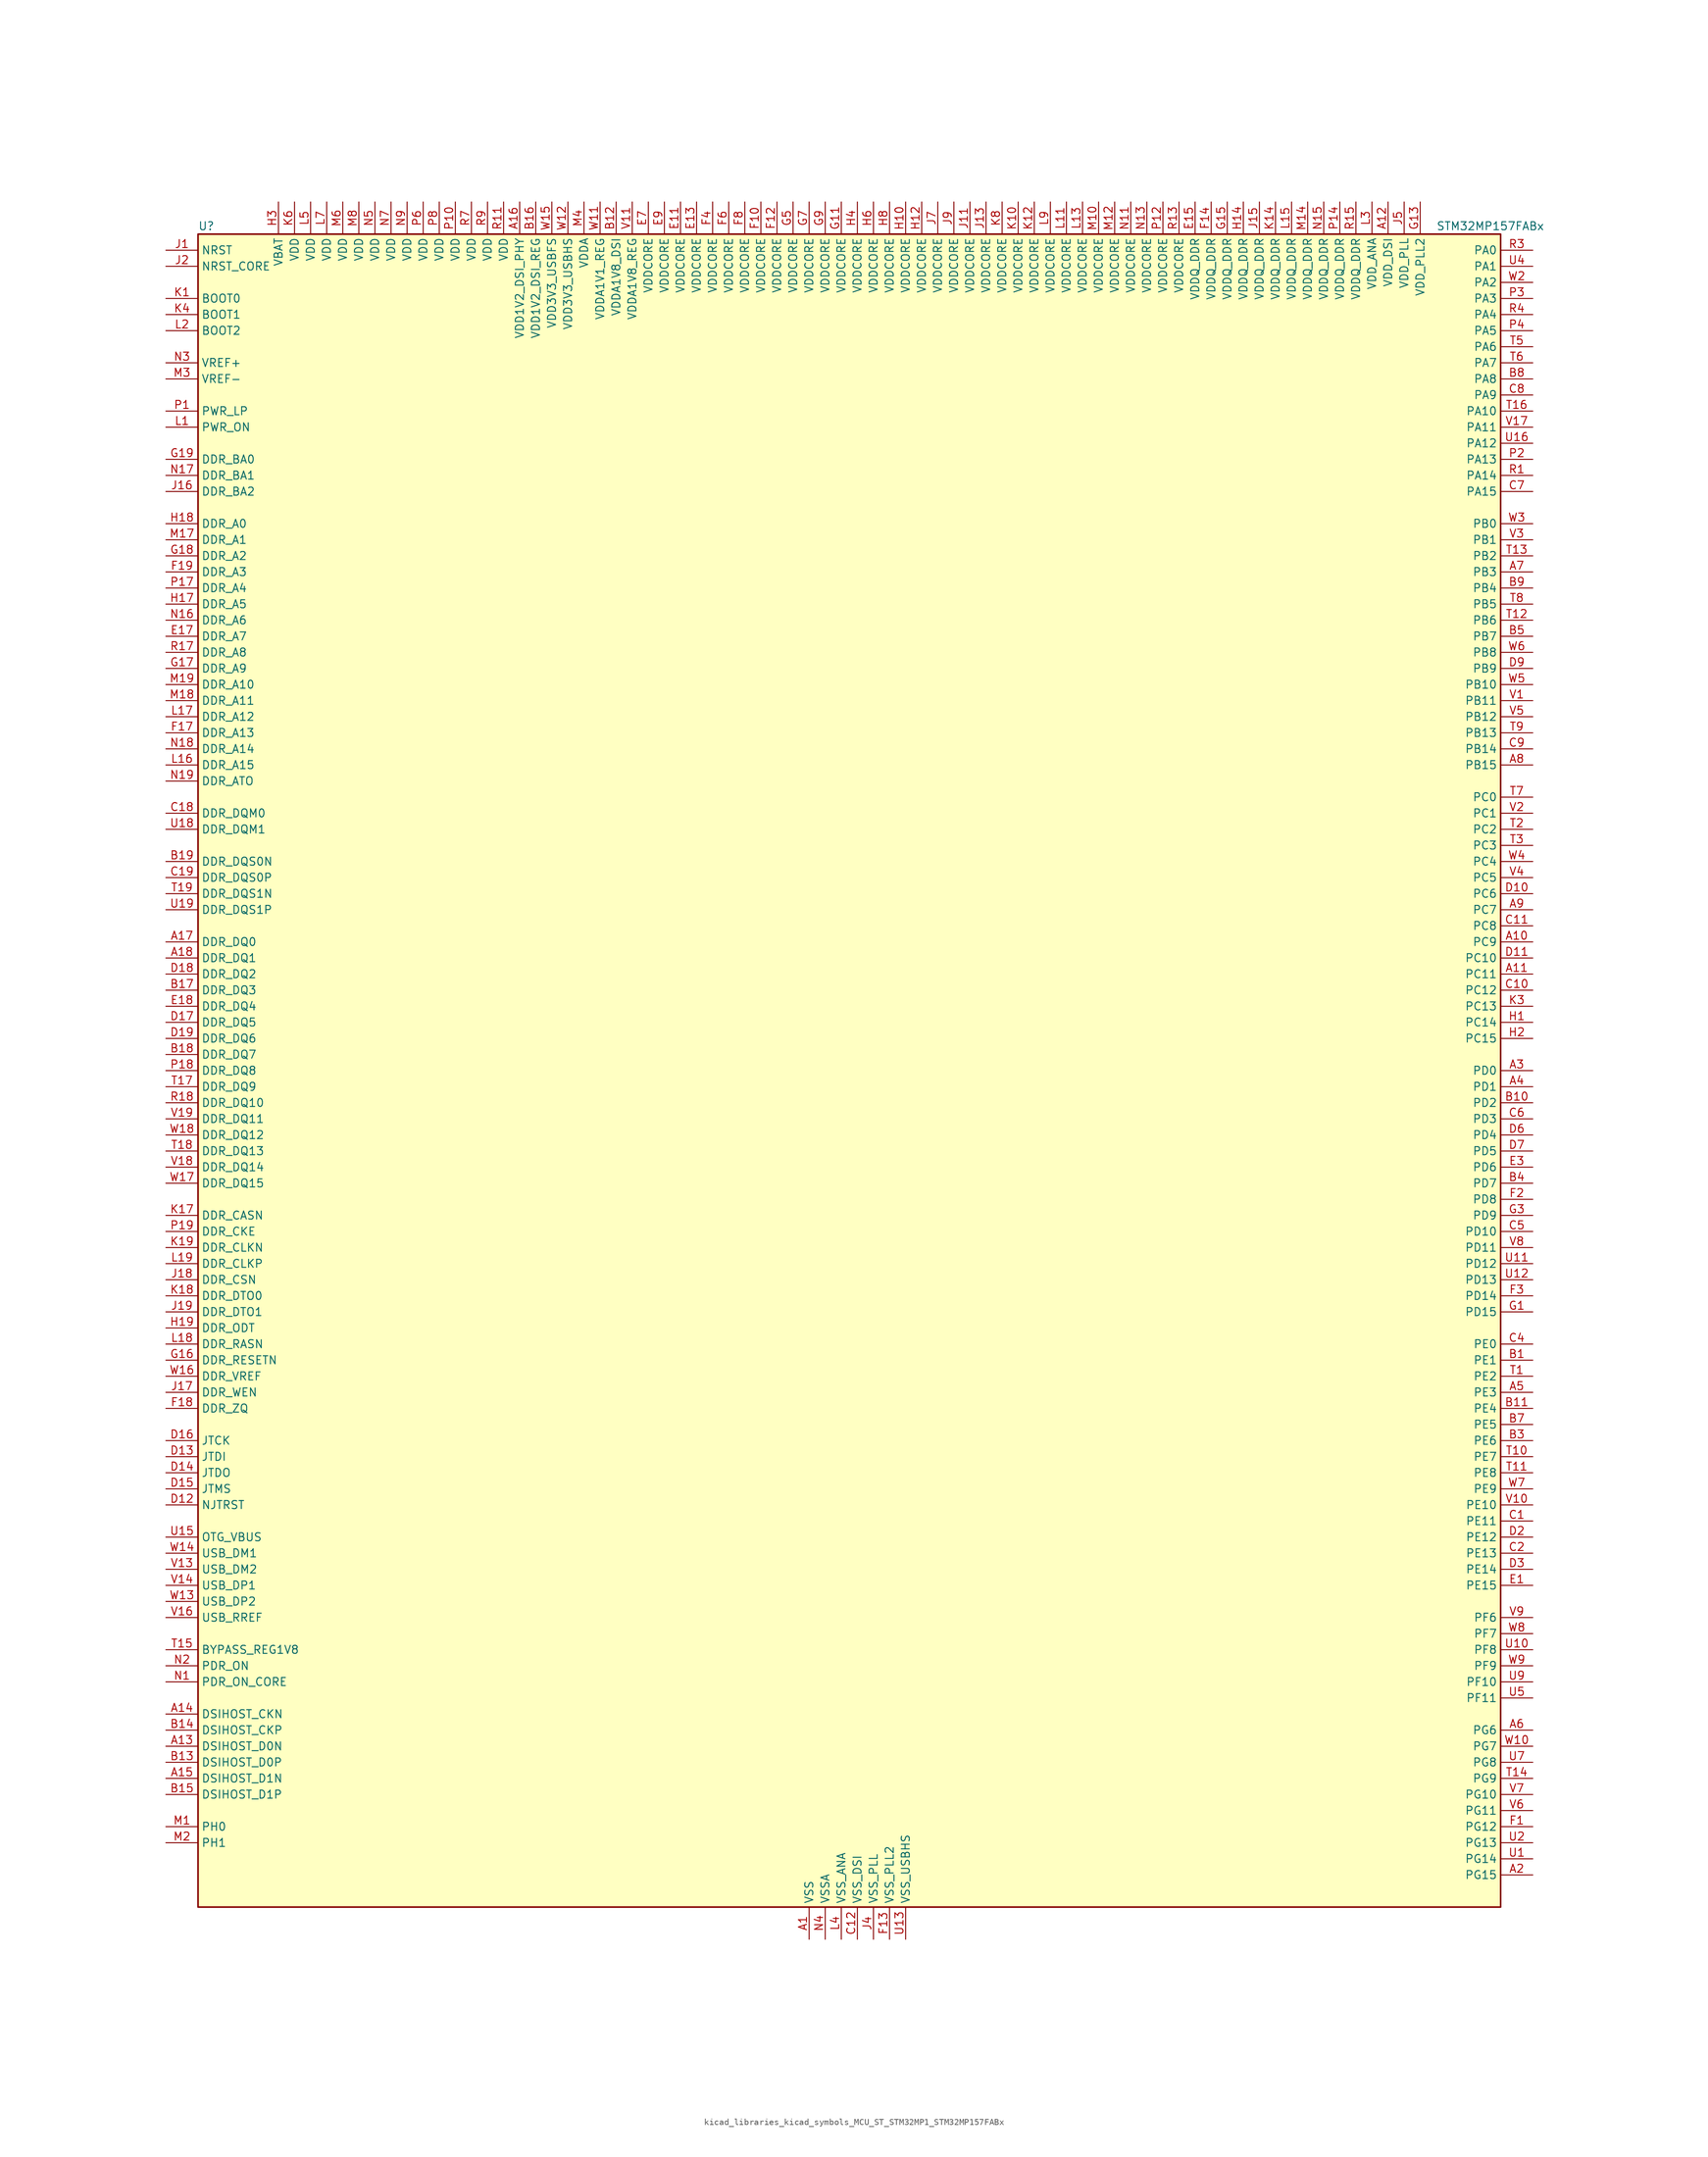
<source format=kicad_sym>
(kicad_symbol_lib
  (version 20220914)
  (generator kicad_symbol_editor)
  (symbol "kicad_libraries_kicad_symbols_MCU_ST_STM32MP1_STM32MP157FABx"
    (property "Reference" "U"
      (at -101.6 133.35 0)
      (effects (font (size 1.27 1.27)) (justify left)))
    (property "Value" "STM32MP157FABx"
      (at 93.98 133.35 0)
      (effects (font (size 1.27 1.27)) (justify left)))
    (property "ki_locked" ""
      (at 0 0 0)
      (effects (font (size 1.27 1.27))))
    (symbol "kicad_libraries_kicad_symbols_MCU_ST_STM32MP1_STM32MP157FABx_0_1"
      (rectangle (start -101.6 -132.08) (end 104.14 132.08) (stroke (width 0.254) (type default)) (fill (type background))))
    (symbol "kicad_libraries_kicad_symbols_MCU_ST_STM32MP1_STM32MP157FABx_1_1"
      (pin power_in line (at -5.08 -137.16 90) (length 5.08) (name "VSS" (effects (font (size 1.27 1.27)))) (number "A1" (effects (font (size 1.27 1.27)))))
      (pin bidirectional line (at 109.22 20.32 180) (length 5.08) (name "PC9" (effects (font (size 1.27 1.27)))) (number "A10" (effects (font (size 1.27 1.27)))) (alternate "DAC1_EXTI9" bidirectional line) (alternate "DCMI_D3" bidirectional line) (alternate "DEBUG_TRACED1" bidirectional line) (alternate "I2C3_SDA" bidirectional line) (alternate "I2S_CKIN" bidirectional line) (alternate "LTDC_B2" bidirectional line) (alternate "QUADSPI_BK1_IO0" bidirectional line) (alternate "SDMMC1_D1" bidirectional line) (alternate "TIM3_CH4" bidirectional line) (alternate "TIM8_CH4" bidirectional line) (alternate "UART5_CTS" bidirectional line))
      (pin bidirectional line (at 109.22 15.24 180) (length 5.08) (name "PC11" (effects (font (size 1.27 1.27)))) (number "A11" (effects (font (size 1.27 1.27)))) (alternate "ADC1_EXTI11" bidirectional line) (alternate "ADC2_EXTI11" bidirectional line) (alternate "DCMI_D4" bidirectional line) (alternate "DEBUG_TRACED3" bidirectional line) (alternate "DFSDM1_DATIN5" bidirectional line) (alternate "I2S3_SDI" bidirectional line) (alternate "QUADSPI_BK2_NCS" bidirectional line) (alternate "SAI4_SCK_B" bidirectional line) (alternate "SDMMC1_D3" bidirectional line) (alternate "SPI3_MISO" bidirectional line) (alternate "UART4_RX" bidirectional line) (alternate "USART3_RX" bidirectional line))
      (pin power_in line (at 86.36 137.16 270) (length 5.08) (name "VDD_DSI" (effects (font (size 1.27 1.27)))) (number "A12" (effects (font (size 1.27 1.27)))))
      (pin bidirectional line (at -106.68 -106.68 0) (length 5.08) (name "DSIHOST_D0N" (effects (font (size 1.27 1.27)))) (number "A13" (effects (font (size 1.27 1.27)))) (alternate "DSIHOST_D0N" bidirectional line))
      (pin bidirectional line (at -106.68 -101.6 0) (length 5.08) (name "DSIHOST_CKN" (effects (font (size 1.27 1.27)))) (number "A14" (effects (font (size 1.27 1.27)))) (alternate "DSIHOST_CKN" bidirectional line))
      (pin bidirectional line (at -106.68 -111.76 0) (length 5.08) (name "DSIHOST_D1N" (effects (font (size 1.27 1.27)))) (number "A15" (effects (font (size 1.27 1.27)))) (alternate "DSIHOST_D1N" bidirectional line))
      (pin power_in line (at -50.8 137.16 270) (length 5.08) (name "VDD1V2_DSI_PHY" (effects (font (size 1.27 1.27)))) (number "A16" (effects (font (size 1.27 1.27)))))
      (pin bidirectional line (at -106.68 20.32 0) (length 5.08) (name "DDR_DQ0" (effects (font (size 1.27 1.27)))) (number "A17" (effects (font (size 1.27 1.27)))) (alternate "DDR_DQ0" bidirectional line))
      (pin bidirectional line (at -106.68 17.78 0) (length 5.08) (name "DDR_DQ1" (effects (font (size 1.27 1.27)))) (number "A18" (effects (font (size 1.27 1.27)))) (alternate "DDR_DQ1" bidirectional line))
      (pin passive line (at -5.08 -137.16 90) (length 5.08) hide (name "VSS" (effects (font (size 1.27 1.27)))) (number "A19" (effects (font (size 1.27 1.27)))))
      (pin bidirectional line (at 109.22 -127 180) (length 5.08) (name "PG15" (effects (font (size 1.27 1.27)))) (number "A2" (effects (font (size 1.27 1.27)))) (alternate "ADC1_EXTI15" bidirectional line) (alternate "ADC2_EXTI15" bidirectional line) (alternate "DCMI_D13" bidirectional line) (alternate "DEBUG_TRACED7" bidirectional line) (alternate "I2C2_SDA" bidirectional line) (alternate "SAI1_D2" bidirectional line) (alternate "SAI1_FS_A" bidirectional line) (alternate "SDMMC3_CK" bidirectional line) (alternate "USART6_CTS" bidirectional line) (alternate "USART6_NSS" bidirectional line))
      (pin bidirectional line (at 109.22 0 180) (length 5.08) (name "PD0" (effects (font (size 1.27 1.27)))) (number "A3" (effects (font (size 1.27 1.27)))) (alternate "DFSDM1_CKIN6" bidirectional line) (alternate "DFSDM1_DATIN7" bidirectional line) (alternate "FDCAN1_RX" bidirectional line) (alternate "FMC_D2" bidirectional line) (alternate "FMC_DA2" bidirectional line) (alternate "I2C5_SDA" bidirectional line) (alternate "I2C6_SDA" bidirectional line) (alternate "SAI3_SCK_A" bidirectional line) (alternate "SDMMC3_CMD" bidirectional line) (alternate "UART4_RX" bidirectional line))
      (pin bidirectional line (at 109.22 -2.54 180) (length 5.08) (name "PD1" (effects (font (size 1.27 1.27)))) (number "A4" (effects (font (size 1.27 1.27)))) (alternate "DFSDM1_CKIN7" bidirectional line) (alternate "DFSDM1_DATIN6" bidirectional line) (alternate "FDCAN1_TX" bidirectional line) (alternate "FMC_D3" bidirectional line) (alternate "FMC_DA3" bidirectional line) (alternate "I2C5_SCL" bidirectional line) (alternate "I2C6_SCL" bidirectional line) (alternate "SAI3_SD_A" bidirectional line) (alternate "SDMMC3_D0" bidirectional line) (alternate "UART4_TX" bidirectional line))
      (pin bidirectional line (at 109.22 -50.8 180) (length 5.08) (name "PE3" (effects (font (size 1.27 1.27)))) (number "A5" (effects (font (size 1.27 1.27)))) (alternate "DEBUG_TRACED0" bidirectional line) (alternate "FMC_A19" bidirectional line) (alternate "SAI1_SD_B" bidirectional line) (alternate "SDMMC2_CK" bidirectional line) (alternate "TIM15_BKIN" bidirectional line))
      (pin bidirectional line (at 109.22 -104.14 180) (length 5.08) (name "PG6" (effects (font (size 1.27 1.27)))) (number "A6" (effects (font (size 1.27 1.27)))) (alternate "DCMI_D12" bidirectional line) (alternate "DEBUG_TRACED14" bidirectional line) (alternate "LTDC_R7" bidirectional line) (alternate "SDMMC2_CMD" bidirectional line) (alternate "TIM17_BKIN" bidirectional line))
      (pin bidirectional line (at 109.22 78.74 180) (length 5.08) (name "PB3" (effects (font (size 1.27 1.27)))) (number "A7" (effects (font (size 1.27 1.27)))) (alternate "DEBUG_TRACED9" bidirectional line) (alternate "I2S1_CK" bidirectional line) (alternate "I2S3_CK" bidirectional line) (alternate "SAI4_CK1" bidirectional line) (alternate "SAI4_MCLK_A" bidirectional line) (alternate "SDMMC2_D2" bidirectional line) (alternate "SPI1_SCK" bidirectional line) (alternate "SPI3_SCK" bidirectional line) (alternate "SPI6_SCK" bidirectional line) (alternate "TIM2_CH2" bidirectional line) (alternate "UART7_RX" bidirectional line))
      (pin bidirectional line (at 109.22 48.26 180) (length 5.08) (name "PB15" (effects (font (size 1.27 1.27)))) (number "A8" (effects (font (size 1.27 1.27)))) (alternate "ADC1_EXTI15" bidirectional line) (alternate "ADC2_EXTI15" bidirectional line) (alternate "DFSDM1_CKIN2" bidirectional line) (alternate "I2S2_SDO" bidirectional line) (alternate "RTC_REFIN" bidirectional line) (alternate "SDMMC2_D1" bidirectional line) (alternate "SPI2_MOSI" bidirectional line) (alternate "TIM12_CH2" bidirectional line) (alternate "TIM1_CH3N" bidirectional line) (alternate "TIM8_CH3N" bidirectional line) (alternate "USART1_RX" bidirectional line))
      (pin bidirectional line (at 109.22 25.4 180) (length 5.08) (name "PC7" (effects (font (size 1.27 1.27)))) (number "A9" (effects (font (size 1.27 1.27)))) (alternate "DCMI_D1" bidirectional line) (alternate "DFSDM1_DATIN3" bidirectional line) (alternate "HDP_HDP4" bidirectional line) (alternate "I2S3_MCK" bidirectional line) (alternate "LTDC_G6" bidirectional line) (alternate "SDMMC1_D123DIR" bidirectional line) (alternate "SDMMC1_D7" bidirectional line) (alternate "SDMMC2_D123DIR" bidirectional line) (alternate "SDMMC2_D7" bidirectional line) (alternate "TIM3_CH2" bidirectional line) (alternate "TIM8_CH2" bidirectional line) (alternate "USART6_RX" bidirectional line))
      (pin bidirectional line (at 109.22 -45.72 180) (length 5.08) (name "PE1" (effects (font (size 1.27 1.27)))) (number "B1" (effects (font (size 1.27 1.27)))) (alternate "DCMI_D3" bidirectional line) (alternate "FMC_NBL1" bidirectional line) (alternate "I2S2_MCK" bidirectional line) (alternate "LPTIM1_IN2" bidirectional line) (alternate "SAI3_SD_B" bidirectional line) (alternate "UART8_TX" bidirectional line))
      (pin bidirectional line (at 109.22 -5.08 180) (length 5.08) (name "PD2" (effects (font (size 1.27 1.27)))) (number "B10" (effects (font (size 1.27 1.27)))) (alternate "DCMI_D11" bidirectional line) (alternate "I2C5_SMBA" bidirectional line) (alternate "SDMMC1_CMD" bidirectional line) (alternate "TIM3_ETR" bidirectional line) (alternate "UART4_RX" bidirectional line) (alternate "UART5_RX" bidirectional line))
      (pin bidirectional line (at 109.22 -53.34 180) (length 5.08) (name "PE4" (effects (font (size 1.27 1.27)))) (number "B11" (effects (font (size 1.27 1.27)))) (alternate "DCMI_D4" bidirectional line) (alternate "DEBUG_TRACED1" bidirectional line) (alternate "DFSDM1_DATIN3" bidirectional line) (alternate "FMC_A20" bidirectional line) (alternate "LTDC_B0" bidirectional line) (alternate "SAI1_D2" bidirectional line) (alternate "SAI1_FS_A" bidirectional line) (alternate "SDMMC1_CKIN" bidirectional line) (alternate "SDMMC1_D4" bidirectional line) (alternate "SDMMC2_CKIN" bidirectional line) (alternate "SDMMC2_D4" bidirectional line) (alternate "SPI4_NSS" bidirectional line) (alternate "TIM15_CH1N" bidirectional line))
      (pin power_in line (at -35.56 137.16 270) (length 5.08) (name "VDDA1V8_DSI" (effects (font (size 1.27 1.27)))) (number "B12" (effects (font (size 1.27 1.27)))))
      (pin bidirectional line (at -106.68 -109.22 0) (length 5.08) (name "DSIHOST_D0P" (effects (font (size 1.27 1.27)))) (number "B13" (effects (font (size 1.27 1.27)))) (alternate "DSIHOST_D0P" bidirectional line))
      (pin bidirectional line (at -106.68 -104.14 0) (length 5.08) (name "DSIHOST_CKP" (effects (font (size 1.27 1.27)))) (number "B14" (effects (font (size 1.27 1.27)))) (alternate "DSIHOST_CKP" bidirectional line))
      (pin bidirectional line (at -106.68 -114.3 0) (length 5.08) (name "DSIHOST_D1P" (effects (font (size 1.27 1.27)))) (number "B15" (effects (font (size 1.27 1.27)))) (alternate "DSIHOST_D1P" bidirectional line))
      (pin power_in line (at -48.26 137.16 270) (length 5.08) (name "VDD1V2_DSI_REG" (effects (font (size 1.27 1.27)))) (number "B16" (effects (font (size 1.27 1.27)))))
      (pin bidirectional line (at -106.68 12.7 0) (length 5.08) (name "DDR_DQ3" (effects (font (size 1.27 1.27)))) (number "B17" (effects (font (size 1.27 1.27)))) (alternate "DDR_DQ3" bidirectional line))
      (pin bidirectional line (at -106.68 2.54 0) (length 5.08) (name "DDR_DQ7" (effects (font (size 1.27 1.27)))) (number "B18" (effects (font (size 1.27 1.27)))) (alternate "DDR_DQ7" bidirectional line))
      (pin bidirectional line (at -106.68 33.02 0) (length 5.08) (name "DDR_DQS0N" (effects (font (size 1.27 1.27)))) (number "B19" (effects (font (size 1.27 1.27)))) (alternate "DDR_DQS0N" bidirectional line))
      (pin passive line (at -5.08 -137.16 90) (length 5.08) hide (name "VSS" (effects (font (size 1.27 1.27)))) (number "B2" (effects (font (size 1.27 1.27)))))
      (pin bidirectional line (at 109.22 -58.42 180) (length 5.08) (name "PE6" (effects (font (size 1.27 1.27)))) (number "B3" (effects (font (size 1.27 1.27)))) (alternate "DCMI_D7" bidirectional line) (alternate "DEBUG_TRACED2" bidirectional line) (alternate "FMC_A22" bidirectional line) (alternate "LTDC_G1" bidirectional line) (alternate "SAI1_D1" bidirectional line) (alternate "SAI1_SD_A" bidirectional line) (alternate "SAI2_MCLK_B" bidirectional line) (alternate "SDMMC1_D2" bidirectional line) (alternate "SDMMC2_D0" bidirectional line) (alternate "SPI4_MOSI" bidirectional line) (alternate "TIM15_CH2" bidirectional line) (alternate "TIM1_BKIN2" bidirectional line))
      (pin bidirectional line (at 109.22 -17.78 180) (length 5.08) (name "PD7" (effects (font (size 1.27 1.27)))) (number "B4" (effects (font (size 1.27 1.27)))) (alternate "DEBUG_TRACED6" bidirectional line) (alternate "DFSDM1_CKIN1" bidirectional line) (alternate "DFSDM1_DATIN4" bidirectional line) (alternate "FMC_NE1" bidirectional line) (alternate "I2C2_SCL" bidirectional line) (alternate "SDMMC3_D3" bidirectional line) (alternate "SPDIFRX_IN0" bidirectional line) (alternate "USART2_CK" bidirectional line))
      (pin bidirectional line (at 109.22 68.58 180) (length 5.08) (name "PB7" (effects (font (size 1.27 1.27)))) (number "B5" (effects (font (size 1.27 1.27)))) (alternate "DCMI_VSYNC" bidirectional line) (alternate "DFSDM1_CKIN5" bidirectional line) (alternate "FMC_NL" bidirectional line) (alternate "I2C1_SDA" bidirectional line) (alternate "I2C4_SDA" bidirectional line) (alternate "SDMMC2_D1" bidirectional line) (alternate "TIM17_CH1N" bidirectional line) (alternate "TIM4_CH2" bidirectional line) (alternate "USART1_RX" bidirectional line))
      (pin passive line (at -5.08 -137.16 90) (length 5.08) hide (name "VSS" (effects (font (size 1.27 1.27)))) (number "B6" (effects (font (size 1.27 1.27)))))
      (pin bidirectional line (at 109.22 -55.88 180) (length 5.08) (name "PE5" (effects (font (size 1.27 1.27)))) (number "B7" (effects (font (size 1.27 1.27)))) (alternate "DCMI_D6" bidirectional line) (alternate "DEBUG_TRACED3" bidirectional line) (alternate "DFSDM1_CKIN3" bidirectional line) (alternate "FMC_A21" bidirectional line) (alternate "LTDC_G0" bidirectional line) (alternate "SAI1_CK2" bidirectional line) (alternate "SAI1_SCK_A" bidirectional line) (alternate "SDMMC1_D0DIR" bidirectional line) (alternate "SDMMC1_D6" bidirectional line) (alternate "SDMMC2_D0DIR" bidirectional line) (alternate "SDMMC2_D6" bidirectional line) (alternate "SPI4_MISO" bidirectional line) (alternate "TIM15_CH1" bidirectional line))
      (pin bidirectional line (at 109.22 109.22 180) (length 5.08) (name "PA8" (effects (font (size 1.27 1.27)))) (number "B8" (effects (font (size 1.27 1.27)))) (alternate "I2C3_SCL" bidirectional line) (alternate "I2S3_SDO" bidirectional line) (alternate "LTDC_R6" bidirectional line) (alternate "RCC_MCO_1" bidirectional line) (alternate "SAI4_SD_B" bidirectional line) (alternate "SDMMC2_CKIN" bidirectional line) (alternate "SDMMC2_D4" bidirectional line) (alternate "SPI3_MOSI" bidirectional line) (alternate "TIM1_CH1" bidirectional line) (alternate "TIM8_BKIN2" bidirectional line) (alternate "UART7_RX" bidirectional line) (alternate "USART1_CK" bidirectional line) (alternate "USB_OTG_HS_SOF" bidirectional line))
      (pin bidirectional line (at 109.22 76.2 180) (length 5.08) (name "PB4" (effects (font (size 1.27 1.27)))) (number "B9" (effects (font (size 1.27 1.27)))) (alternate "DEBUG_TRACED8" bidirectional line) (alternate "I2S1_SDI" bidirectional line) (alternate "I2S2_WS" bidirectional line) (alternate "I2S3_SDI" bidirectional line) (alternate "SAI4_CK2" bidirectional line) (alternate "SAI4_SCK_A" bidirectional line) (alternate "SDMMC2_D3" bidirectional line) (alternate "SPI1_MISO" bidirectional line) (alternate "SPI2_NSS" bidirectional line) (alternate "SPI3_MISO" bidirectional line) (alternate "SPI6_MISO" bidirectional line) (alternate "TIM16_BKIN" bidirectional line) (alternate "TIM3_CH1" bidirectional line) (alternate "UART7_TX" bidirectional line))
      (pin bidirectional line (at 109.22 -71.12 180) (length 5.08) (name "PE11" (effects (font (size 1.27 1.27)))) (number "C1" (effects (font (size 1.27 1.27)))) (alternate "ADC1_EXTI11" bidirectional line) (alternate "ADC2_EXTI11" bidirectional line) (alternate "DCMI_D4" bidirectional line) (alternate "DFSDM1_CKIN4" bidirectional line) (alternate "FMC_D8" bidirectional line) (alternate "FMC_DA8" bidirectional line) (alternate "LTDC_G3" bidirectional line) (alternate "SAI2_SD_B" bidirectional line) (alternate "SPI4_NSS" bidirectional line) (alternate "TIM1_CH2" bidirectional line) (alternate "USART6_CK" bidirectional line))
      (pin bidirectional line (at 109.22 12.7 180) (length 5.08) (name "PC12" (effects (font (size 1.27 1.27)))) (number "C10" (effects (font (size 1.27 1.27)))) (alternate "DCMI_D9" bidirectional line) (alternate "DEBUG_TRACECLK" bidirectional line) (alternate "I2S3_SDO" bidirectional line) (alternate "RCC_MCO_2" bidirectional line) (alternate "SAI4_D3" bidirectional line) (alternate "SAI4_SD_B" bidirectional line) (alternate "SDMMC1_CK" bidirectional line) (alternate "SPI3_MOSI" bidirectional line) (alternate "UART5_TX" bidirectional line) (alternate "USART3_CK" bidirectional line))
      (pin bidirectional line (at 109.22 22.86 180) (length 5.08) (name "PC8" (effects (font (size 1.27 1.27)))) (number "C11" (effects (font (size 1.27 1.27)))) (alternate "DCMI_D2" bidirectional line) (alternate "DEBUG_TRACED0" bidirectional line) (alternate "SDMMC1_D0" bidirectional line) (alternate "TIM3_CH3" bidirectional line) (alternate "TIM8_CH3" bidirectional line) (alternate "UART4_TX" bidirectional line) (alternate "UART5_DE" bidirectional line) (alternate "UART5_RTS" bidirectional line) (alternate "USART6_CK" bidirectional line))
      (pin power_in line (at 2.54 -137.16 90) (length 5.08) (name "VSS_DSI" (effects (font (size 1.27 1.27)))) (number "C12" (effects (font (size 1.27 1.27)))))
      (pin passive line (at 2.54 -137.16 90) (length 5.08) hide (name "VSS_DSI" (effects (font (size 1.27 1.27)))) (number "C13" (effects (font (size 1.27 1.27)))))
      (pin passive line (at 2.54 -137.16 90) (length 5.08) hide (name "VSS_DSI" (effects (font (size 1.27 1.27)))) (number "C14" (effects (font (size 1.27 1.27)))))
      (pin passive line (at 2.54 -137.16 90) (length 5.08) hide (name "VSS_DSI" (effects (font (size 1.27 1.27)))) (number "C15" (effects (font (size 1.27 1.27)))))
      (pin passive line (at 2.54 -137.16 90) (length 5.08) hide (name "VSS_DSI" (effects (font (size 1.27 1.27)))) (number "C16" (effects (font (size 1.27 1.27)))))
      (pin passive line (at -5.08 -137.16 90) (length 5.08) hide (name "VSS" (effects (font (size 1.27 1.27)))) (number "C17" (effects (font (size 1.27 1.27)))))
      (pin bidirectional line (at -106.68 40.64 0) (length 5.08) (name "DDR_DQM0" (effects (font (size 1.27 1.27)))) (number "C18" (effects (font (size 1.27 1.27)))) (alternate "DDR_DQM0" bidirectional line))
      (pin bidirectional line (at -106.68 30.48 0) (length 5.08) (name "DDR_DQS0P" (effects (font (size 1.27 1.27)))) (number "C19" (effects (font (size 1.27 1.27)))) (alternate "DDR_DQS0P" bidirectional line))
      (pin bidirectional line (at 109.22 -76.2 180) (length 5.08) (name "PE13" (effects (font (size 1.27 1.27)))) (number "C2" (effects (font (size 1.27 1.27)))) (alternate "DCMI_D6" bidirectional line) (alternate "DFSDM1_CKIN5" bidirectional line) (alternate "FMC_D10" bidirectional line) (alternate "FMC_DA10" bidirectional line) (alternate "HDP_HDP2" bidirectional line) (alternate "LTDC_DE" bidirectional line) (alternate "SAI2_FS_B" bidirectional line) (alternate "SPI4_MISO" bidirectional line) (alternate "TIM1_CH3" bidirectional line))
      (pin passive line (at -5.08 -137.16 90) (length 5.08) hide (name "VSS" (effects (font (size 1.27 1.27)))) (number "C3" (effects (font (size 1.27 1.27)))))
      (pin bidirectional line (at 109.22 -43.18 180) (length 5.08) (name "PE0" (effects (font (size 1.27 1.27)))) (number "C4" (effects (font (size 1.27 1.27)))) (alternate "DCMI_D2" bidirectional line) (alternate "FMC_NBL0" bidirectional line) (alternate "I2S3_CK" bidirectional line) (alternate "LPTIM1_ETR" bidirectional line) (alternate "LPTIM2_ETR" bidirectional line) (alternate "SAI2_MCLK_A" bidirectional line) (alternate "SAI4_MCLK_B" bidirectional line) (alternate "SPI3_SCK" bidirectional line) (alternate "TIM4_ETR" bidirectional line) (alternate "UART8_RX" bidirectional line))
      (pin bidirectional line (at 109.22 -25.4 180) (length 5.08) (name "PD10" (effects (font (size 1.27 1.27)))) (number "C5" (effects (font (size 1.27 1.27)))) (alternate "DFSDM1_CKOUT" bidirectional line) (alternate "FMC_D15" bidirectional line) (alternate "FMC_DA15" bidirectional line) (alternate "I2C5_SMBA" bidirectional line) (alternate "I2S3_SDI" bidirectional line) (alternate "LTDC_B3" bidirectional line) (alternate "RTC_REFIN" bidirectional line) (alternate "SAI3_FS_B" bidirectional line) (alternate "SPI3_MISO" bidirectional line) (alternate "TIM16_BKIN" bidirectional line) (alternate "USART3_CK" bidirectional line))
      (pin bidirectional line (at 109.22 -7.62 180) (length 5.08) (name "PD3" (effects (font (size 1.27 1.27)))) (number "C6" (effects (font (size 1.27 1.27)))) (alternate "DCMI_D5" bidirectional line) (alternate "DFSDM1_CKOUT" bidirectional line) (alternate "DFSDM1_DATIN0" bidirectional line) (alternate "FMC_CLK" bidirectional line) (alternate "HDP_HDP5" bidirectional line) (alternate "I2S2_CK" bidirectional line) (alternate "LTDC_G7" bidirectional line) (alternate "SDMMC1_D123DIR" bidirectional line) (alternate "SDMMC1_D7" bidirectional line) (alternate "SDMMC2_D123DIR" bidirectional line) (alternate "SDMMC2_D7" bidirectional line) (alternate "SPI2_SCK" bidirectional line) (alternate "USART2_CTS" bidirectional line) (alternate "USART2_NSS" bidirectional line))
      (pin bidirectional line (at 109.22 91.44 180) (length 5.08) (name "PA15" (effects (font (size 1.27 1.27)))) (number "C7" (effects (font (size 1.27 1.27)))) (alternate "ADC1_EXTI15" bidirectional line) (alternate "ADC2_EXTI15" bidirectional line) (alternate "CEC" bidirectional line) (alternate "DEBUG_DBTRGI" bidirectional line) (alternate "I2S1_WS" bidirectional line) (alternate "I2S3_WS" bidirectional line) (alternate "LTDC_R1" bidirectional line) (alternate "SAI4_D2" bidirectional line) (alternate "SAI4_FS_A" bidirectional line) (alternate "SDMMC1_CDIR" bidirectional line) (alternate "SDMMC1_D5" bidirectional line) (alternate "SDMMC2_CDIR" bidirectional line) (alternate "SDMMC2_D5" bidirectional line) (alternate "SPI1_NSS" bidirectional line) (alternate "SPI3_NSS" bidirectional line) (alternate "SPI6_NSS" bidirectional line) (alternate "TIM2_CH1" bidirectional line) (alternate "TIM2_ETR" bidirectional line) (alternate "UART4_DE" bidirectional line) (alternate "UART4_RTS" bidirectional line) (alternate "UART7_TX" bidirectional line))
      (pin bidirectional line (at 109.22 106.68 180) (length 5.08) (name "PA9" (effects (font (size 1.27 1.27)))) (number "C8" (effects (font (size 1.27 1.27)))) (alternate "DAC1_EXTI9" bidirectional line) (alternate "DCMI_D0" bidirectional line) (alternate "I2C3_SMBA" bidirectional line) (alternate "I2S2_CK" bidirectional line) (alternate "LTDC_R5" bidirectional line) (alternate "SDMMC2_CDIR" bidirectional line) (alternate "SDMMC2_D5" bidirectional line) (alternate "SPI2_SCK" bidirectional line) (alternate "TIM1_CH2" bidirectional line) (alternate "USART1_TX" bidirectional line))
      (pin bidirectional line (at 109.22 50.8 180) (length 5.08) (name "PB14" (effects (font (size 1.27 1.27)))) (number "C9" (effects (font (size 1.27 1.27)))) (alternate "DFSDM1_DATIN2" bidirectional line) (alternate "I2S2_SDI" bidirectional line) (alternate "SDMMC2_D0" bidirectional line) (alternate "SPI2_MISO" bidirectional line) (alternate "TIM12_CH1" bidirectional line) (alternate "TIM1_CH2N" bidirectional line) (alternate "TIM8_CH2N" bidirectional line) (alternate "USART1_TX" bidirectional line) (alternate "USART3_DE" bidirectional line) (alternate "USART3_RTS" bidirectional line))
      (pin passive line (at -5.08 -137.16 90) (length 5.08) hide (name "VSS" (effects (font (size 1.27 1.27)))) (number "D1" (effects (font (size 1.27 1.27)))))
      (pin bidirectional line (at 109.22 27.94 180) (length 5.08) (name "PC6" (effects (font (size 1.27 1.27)))) (number "D10" (effects (font (size 1.27 1.27)))) (alternate "DCMI_D0" bidirectional line) (alternate "DFSDM1_CKIN3" bidirectional line) (alternate "DSIHOST_TE" bidirectional line) (alternate "HDP_HDP1" bidirectional line) (alternate "I2S2_MCK" bidirectional line) (alternate "LTDC_HSYNC" bidirectional line) (alternate "SDMMC1_D0DIR" bidirectional line) (alternate "SDMMC1_D6" bidirectional line) (alternate "SDMMC2_D0DIR" bidirectional line) (alternate "SDMMC2_D6" bidirectional line) (alternate "TIM3_CH1" bidirectional line) (alternate "TIM8_CH1" bidirectional line) (alternate "USART6_TX" bidirectional line))
      (pin bidirectional line (at 109.22 17.78 180) (length 5.08) (name "PC10" (effects (font (size 1.27 1.27)))) (number "D11" (effects (font (size 1.27 1.27)))) (alternate "DCMI_D8" bidirectional line) (alternate "DEBUG_TRACED2" bidirectional line) (alternate "DFSDM1_CKIN5" bidirectional line) (alternate "I2S3_CK" bidirectional line) (alternate "LTDC_R2" bidirectional line) (alternate "QUADSPI_BK1_IO1" bidirectional line) (alternate "SAI4_MCLK_B" bidirectional line) (alternate "SDMMC1_D2" bidirectional line) (alternate "SPI3_SCK" bidirectional line) (alternate "UART4_TX" bidirectional line) (alternate "USART3_TX" bidirectional line))
      (pin bidirectional line (at -106.68 -68.58 0) (length 5.08) (name "NJTRST" (effects (font (size 1.27 1.27)))) (number "D12" (effects (font (size 1.27 1.27)))) (alternate "DEBUG_JTRST" bidirectional line))
      (pin bidirectional line (at -106.68 -60.96 0) (length 5.08) (name "JTDI" (effects (font (size 1.27 1.27)))) (number "D13" (effects (font (size 1.27 1.27)))) (alternate "DEBUG_JTDI" bidirectional line))
      (pin bidirectional line (at -106.68 -63.5 0) (length 5.08) (name "JTDO" (effects (font (size 1.27 1.27)))) (number "D14" (effects (font (size 1.27 1.27)))) (alternate "DEBUG_JTDO-SWO" bidirectional line))
      (pin bidirectional line (at -106.68 -66.04 0) (length 5.08) (name "JTMS" (effects (font (size 1.27 1.27)))) (number "D15" (effects (font (size 1.27 1.27)))) (alternate "DEBUG_JTMS-SWDIO" bidirectional line))
      (pin bidirectional line (at -106.68 -58.42 0) (length 5.08) (name "JTCK" (effects (font (size 1.27 1.27)))) (number "D16" (effects (font (size 1.27 1.27)))) (alternate "DEBUG_JTCK-SWCLK" bidirectional line))
      (pin bidirectional line (at -106.68 7.62 0) (length 5.08) (name "DDR_DQ5" (effects (font (size 1.27 1.27)))) (number "D17" (effects (font (size 1.27 1.27)))) (alternate "DDR_DQ5" bidirectional line))
      (pin bidirectional line (at -106.68 15.24 0) (length 5.08) (name "DDR_DQ2" (effects (font (size 1.27 1.27)))) (number "D18" (effects (font (size 1.27 1.27)))) (alternate "DDR_DQ2" bidirectional line))
      (pin bidirectional line (at -106.68 5.08 0) (length 5.08) (name "DDR_DQ6" (effects (font (size 1.27 1.27)))) (number "D19" (effects (font (size 1.27 1.27)))) (alternate "DDR_DQ6" bidirectional line))
      (pin bidirectional line (at 109.22 -73.66 180) (length 5.08) (name "PE12" (effects (font (size 1.27 1.27)))) (number "D2" (effects (font (size 1.27 1.27)))) (alternate "DFSDM1_DATIN5" bidirectional line) (alternate "FMC_D9" bidirectional line) (alternate "FMC_DA9" bidirectional line) (alternate "LTDC_B4" bidirectional line) (alternate "SAI2_SCK_B" bidirectional line) (alternate "SDMMC1_D0DIR" bidirectional line) (alternate "SPI4_SCK" bidirectional line) (alternate "TIM1_CH3N" bidirectional line))
      (pin bidirectional line (at 109.22 -78.74 180) (length 5.08) (name "PE14" (effects (font (size 1.27 1.27)))) (number "D3" (effects (font (size 1.27 1.27)))) (alternate "FMC_D11" bidirectional line) (alternate "FMC_DA11" bidirectional line) (alternate "LTDC_CLK" bidirectional line) (alternate "LTDC_G0" bidirectional line) (alternate "SAI2_MCLK_B" bidirectional line) (alternate "SDMMC1_D123DIR" bidirectional line) (alternate "SPI4_MOSI" bidirectional line) (alternate "TIM1_CH4" bidirectional line) (alternate "UART8_DE" bidirectional line) (alternate "UART8_RTS" bidirectional line))
      (pin passive line (at -5.08 -137.16 90) (length 5.08) hide (name "VSS" (effects (font (size 1.27 1.27)))) (number "D4" (effects (font (size 1.27 1.27)))))
      (pin passive line (at -5.08 -137.16 90) (length 5.08) hide (name "VSS" (effects (font (size 1.27 1.27)))) (number "D5" (effects (font (size 1.27 1.27)))))
      (pin bidirectional line (at 109.22 -10.16 180) (length 5.08) (name "PD4" (effects (font (size 1.27 1.27)))) (number "D6" (effects (font (size 1.27 1.27)))) (alternate "DFSDM1_CKIN0" bidirectional line) (alternate "FMC_NOE" bidirectional line) (alternate "SAI3_FS_A" bidirectional line) (alternate "SDMMC3_D1" bidirectional line) (alternate "USART2_DE" bidirectional line) (alternate "USART2_RTS" bidirectional line))
      (pin bidirectional line (at 109.22 -12.7 180) (length 5.08) (name "PD5" (effects (font (size 1.27 1.27)))) (number "D7" (effects (font (size 1.27 1.27)))) (alternate "FMC_NWE" bidirectional line) (alternate "SDMMC3_D2" bidirectional line) (alternate "USART2_TX" bidirectional line))
      (pin passive line (at -5.08 -137.16 90) (length 5.08) hide (name "VSS" (effects (font (size 1.27 1.27)))) (number "D8" (effects (font (size 1.27 1.27)))))
      (pin bidirectional line (at 109.22 63.5 180) (length 5.08) (name "PB9" (effects (font (size 1.27 1.27)))) (number "D9" (effects (font (size 1.27 1.27)))) (alternate "DAC1_EXTI9" bidirectional line) (alternate "DCMI_D7" bidirectional line) (alternate "DFSDM1_DATIN7" bidirectional line) (alternate "FDCAN1_TX" bidirectional line) (alternate "HDP_HDP7" bidirectional line) (alternate "I2C1_SDA" bidirectional line) (alternate "I2C4_SDA" bidirectional line) (alternate "I2S2_WS" bidirectional line) (alternate "LTDC_B7" bidirectional line) (alternate "SDMMC1_CDIR" bidirectional line) (alternate "SDMMC1_D5" bidirectional line) (alternate "SDMMC2_CDIR" bidirectional line) (alternate "SDMMC2_D5" bidirectional line) (alternate "SPI2_NSS" bidirectional line) (alternate "TIM17_CH1" bidirectional line) (alternate "TIM4_CH4" bidirectional line) (alternate "UART4_TX" bidirectional line))
      (pin bidirectional line (at 109.22 -81.28 180) (length 5.08) (name "PE15" (effects (font (size 1.27 1.27)))) (number "E1" (effects (font (size 1.27 1.27)))) (alternate "ADC1_EXTI15" bidirectional line) (alternate "ADC2_EXTI15" bidirectional line) (alternate "FMC_D12" bidirectional line) (alternate "FMC_DA12" bidirectional line) (alternate "FMC_NCE2" bidirectional line) (alternate "HDP_HDP3" bidirectional line) (alternate "LTDC_R7" bidirectional line) (alternate "TIM15_BKIN" bidirectional line) (alternate "TIM1_BKIN" bidirectional line) (alternate "UART8_CTS" bidirectional line) (alternate "USART2_CTS" bidirectional line) (alternate "USART2_NSS" bidirectional line))
      (pin passive line (at -5.08 -137.16 90) (length 5.08) hide (name "VSS" (effects (font (size 1.27 1.27)))) (number "E10" (effects (font (size 1.27 1.27)))))
      (pin power_in line (at -25.4 137.16 270) (length 5.08) (name "VDDCORE" (effects (font (size 1.27 1.27)))) (number "E11" (effects (font (size 1.27 1.27)))))
      (pin passive line (at -5.08 -137.16 90) (length 5.08) hide (name "VSS" (effects (font (size 1.27 1.27)))) (number "E12" (effects (font (size 1.27 1.27)))))
      (pin power_in line (at -22.86 137.16 270) (length 5.08) (name "VDDCORE" (effects (font (size 1.27 1.27)))) (number "E13" (effects (font (size 1.27 1.27)))))
      (pin passive line (at -5.08 -137.16 90) (length 5.08) hide (name "VSS" (effects (font (size 1.27 1.27)))) (number "E14" (effects (font (size 1.27 1.27)))))
      (pin power_in line (at 55.88 137.16 270) (length 5.08) (name "VDDQ_DDR" (effects (font (size 1.27 1.27)))) (number "E15" (effects (font (size 1.27 1.27)))))
      (pin passive line (at -5.08 -137.16 90) (length 5.08) hide (name "VSS" (effects (font (size 1.27 1.27)))) (number "E16" (effects (font (size 1.27 1.27)))))
      (pin bidirectional line (at -106.68 68.58 0) (length 5.08) (name "DDR_A7" (effects (font (size 1.27 1.27)))) (number "E17" (effects (font (size 1.27 1.27)))) (alternate "DDR_A7" bidirectional line))
      (pin bidirectional line (at -106.68 10.16 0) (length 5.08) (name "DDR_DQ4" (effects (font (size 1.27 1.27)))) (number "E18" (effects (font (size 1.27 1.27)))) (alternate "DDR_DQ4" bidirectional line))
      (pin passive line (at -5.08 -137.16 90) (length 5.08) hide (name "VSS" (effects (font (size 1.27 1.27)))) (number "E2" (effects (font (size 1.27 1.27)))))
      (pin bidirectional line (at 109.22 -15.24 180) (length 5.08) (name "PD6" (effects (font (size 1.27 1.27)))) (number "E3" (effects (font (size 1.27 1.27)))) (alternate "DCMI_D10" bidirectional line) (alternate "DFSDM1_CKIN4" bidirectional line) (alternate "DFSDM1_DATIN1" bidirectional line) (alternate "FMC_NWAIT" bidirectional line) (alternate "I2S3_SDO" bidirectional line) (alternate "LTDC_B2" bidirectional line) (alternate "SAI1_D1" bidirectional line) (alternate "SAI1_SD_A" bidirectional line) (alternate "SPI3_MOSI" bidirectional line) (alternate "TIM16_CH1N" bidirectional line) (alternate "USART2_RX" bidirectional line))
      (pin passive line (at -5.08 -137.16 90) (length 5.08) hide (name "VSS" (effects (font (size 1.27 1.27)))) (number "E4" (effects (font (size 1.27 1.27)))))
      (pin passive line (at -5.08 -137.16 90) (length 5.08) hide (name "VSS" (effects (font (size 1.27 1.27)))) (number "E5" (effects (font (size 1.27 1.27)))))
      (pin passive line (at -5.08 -137.16 90) (length 5.08) hide (name "VSS" (effects (font (size 1.27 1.27)))) (number "E6" (effects (font (size 1.27 1.27)))))
      (pin power_in line (at -30.48 137.16 270) (length 5.08) (name "VDDCORE" (effects (font (size 1.27 1.27)))) (number "E7" (effects (font (size 1.27 1.27)))))
      (pin passive line (at -5.08 -137.16 90) (length 5.08) hide (name "VSS" (effects (font (size 1.27 1.27)))) (number "E8" (effects (font (size 1.27 1.27)))))
      (pin power_in line (at -27.94 137.16 270) (length 5.08) (name "VDDCORE" (effects (font (size 1.27 1.27)))) (number "E9" (effects (font (size 1.27 1.27)))))
      (pin bidirectional line (at 109.22 -119.38 180) (length 5.08) (name "PG12" (effects (font (size 1.27 1.27)))) (number "F1" (effects (font (size 1.27 1.27)))) (alternate "ETH1_PHY_INTN" bidirectional line) (alternate "FMC_NE4" bidirectional line) (alternate "LPTIM1_IN1" bidirectional line) (alternate "LTDC_B1" bidirectional line) (alternate "LTDC_B4" bidirectional line) (alternate "SAI4_CK2" bidirectional line) (alternate "SAI4_SCK_A" bidirectional line) (alternate "SPDIFRX_IN1" bidirectional line) (alternate "SPI6_MISO" bidirectional line) (alternate "USART6_DE" bidirectional line) (alternate "USART6_RTS" bidirectional line))
      (pin power_in line (at -12.7 137.16 270) (length 5.08) (name "VDDCORE" (effects (font (size 1.27 1.27)))) (number "F10" (effects (font (size 1.27 1.27)))))
      (pin passive line (at -5.08 -137.16 90) (length 5.08) hide (name "VSS" (effects (font (size 1.27 1.27)))) (number "F11" (effects (font (size 1.27 1.27)))))
      (pin power_in line (at -10.16 137.16 270) (length 5.08) (name "VDDCORE" (effects (font (size 1.27 1.27)))) (number "F12" (effects (font (size 1.27 1.27)))))
      (pin power_in line (at 7.62 -137.16 90) (length 5.08) (name "VSS_PLL2" (effects (font (size 1.27 1.27)))) (number "F13" (effects (font (size 1.27 1.27)))))
      (pin power_in line (at 58.42 137.16 270) (length 5.08) (name "VDDQ_DDR" (effects (font (size 1.27 1.27)))) (number "F14" (effects (font (size 1.27 1.27)))))
      (pin passive line (at -5.08 -137.16 90) (length 5.08) hide (name "VSS" (effects (font (size 1.27 1.27)))) (number "F15" (effects (font (size 1.27 1.27)))))
      (pin bidirectional line (at -106.68 53.34 0) (length 5.08) (name "DDR_A13" (effects (font (size 1.27 1.27)))) (number "F17" (effects (font (size 1.27 1.27)))) (alternate "DDR_A13" bidirectional line))
      (pin bidirectional line (at -106.68 -53.34 0) (length 5.08) (name "DDR_ZQ" (effects (font (size 1.27 1.27)))) (number "F18" (effects (font (size 1.27 1.27)))) (alternate "DDR_ZQ" bidirectional line))
      (pin bidirectional line (at -106.68 78.74 0) (length 5.08) (name "DDR_A3" (effects (font (size 1.27 1.27)))) (number "F19" (effects (font (size 1.27 1.27)))) (alternate "DDR_A3" bidirectional line))
      (pin bidirectional line (at 109.22 -20.32 180) (length 5.08) (name "PD8" (effects (font (size 1.27 1.27)))) (number "F2" (effects (font (size 1.27 1.27)))) (alternate "DFSDM1_CKIN3" bidirectional line) (alternate "FMC_D13" bidirectional line) (alternate "FMC_DA13" bidirectional line) (alternate "LTDC_B7" bidirectional line) (alternate "SAI3_SCK_B" bidirectional line) (alternate "SPDIFRX_IN1" bidirectional line) (alternate "USART3_TX" bidirectional line))
      (pin bidirectional line (at 109.22 -35.56 180) (length 5.08) (name "PD14" (effects (font (size 1.27 1.27)))) (number "F3" (effects (font (size 1.27 1.27)))) (alternate "FMC_D0" bidirectional line) (alternate "FMC_DA0" bidirectional line) (alternate "SAI3_MCLK_B" bidirectional line) (alternate "TIM4_CH3" bidirectional line) (alternate "UART8_CTS" bidirectional line))
      (pin power_in line (at -20.32 137.16 270) (length 5.08) (name "VDDCORE" (effects (font (size 1.27 1.27)))) (number "F4" (effects (font (size 1.27 1.27)))))
      (pin passive line (at -5.08 -137.16 90) (length 5.08) hide (name "VSS" (effects (font (size 1.27 1.27)))) (number "F5" (effects (font (size 1.27 1.27)))))
      (pin power_in line (at -17.78 137.16 270) (length 5.08) (name "VDDCORE" (effects (font (size 1.27 1.27)))) (number "F6" (effects (font (size 1.27 1.27)))))
      (pin passive line (at -5.08 -137.16 90) (length 5.08) hide (name "VSS" (effects (font (size 1.27 1.27)))) (number "F7" (effects (font (size 1.27 1.27)))))
      (pin power_in line (at -15.24 137.16 270) (length 5.08) (name "VDDCORE" (effects (font (size 1.27 1.27)))) (number "F8" (effects (font (size 1.27 1.27)))))
      (pin passive line (at -5.08 -137.16 90) (length 5.08) hide (name "VSS" (effects (font (size 1.27 1.27)))) (number "F9" (effects (font (size 1.27 1.27)))))
      (pin bidirectional line (at 109.22 -38.1 180) (length 5.08) (name "PD15" (effects (font (size 1.27 1.27)))) (number "G1" (effects (font (size 1.27 1.27)))) (alternate "ADC1_EXTI15" bidirectional line) (alternate "ADC2_EXTI15" bidirectional line) (alternate "FMC_D1" bidirectional line) (alternate "FMC_DA1" bidirectional line) (alternate "LTDC_R1" bidirectional line) (alternate "SAI3_MCLK_A" bidirectional line) (alternate "TIM4_CH4" bidirectional line) (alternate "UART8_CTS" bidirectional line))
      (pin passive line (at -5.08 -137.16 90) (length 5.08) hide (name "VSS" (effects (font (size 1.27 1.27)))) (number "G10" (effects (font (size 1.27 1.27)))))
      (pin power_in line (at 0 137.16 270) (length 5.08) (name "VDDCORE" (effects (font (size 1.27 1.27)))) (number "G11" (effects (font (size 1.27 1.27)))))
      (pin passive line (at -5.08 -137.16 90) (length 5.08) hide (name "VSS" (effects (font (size 1.27 1.27)))) (number "G12" (effects (font (size 1.27 1.27)))))
      (pin power_in line (at 91.44 137.16 270) (length 5.08) (name "VDD_PLL2" (effects (font (size 1.27 1.27)))) (number "G13" (effects (font (size 1.27 1.27)))))
      (pin passive line (at -5.08 -137.16 90) (length 5.08) hide (name "VSS" (effects (font (size 1.27 1.27)))) (number "G14" (effects (font (size 1.27 1.27)))))
      (pin power_in line (at 60.96 137.16 270) (length 5.08) (name "VDDQ_DDR" (effects (font (size 1.27 1.27)))) (number "G15" (effects (font (size 1.27 1.27)))))
      (pin bidirectional line (at -106.68 -45.72 0) (length 5.08) (name "DDR_RESETN" (effects (font (size 1.27 1.27)))) (number "G16" (effects (font (size 1.27 1.27)))) (alternate "DDR_RESETN" bidirectional line))
      (pin bidirectional line (at -106.68 63.5 0) (length 5.08) (name "DDR_A9" (effects (font (size 1.27 1.27)))) (number "G17" (effects (font (size 1.27 1.27)))) (alternate "DDR_A9" bidirectional line))
      (pin bidirectional line (at -106.68 81.28 0) (length 5.08) (name "DDR_A2" (effects (font (size 1.27 1.27)))) (number "G18" (effects (font (size 1.27 1.27)))) (alternate "DDR_A2" bidirectional line))
      (pin bidirectional line (at -106.68 96.52 0) (length 5.08) (name "DDR_BA0" (effects (font (size 1.27 1.27)))) (number "G19" (effects (font (size 1.27 1.27)))) (alternate "DDR_BA0" bidirectional line))
      (pin passive line (at -5.08 -137.16 90) (length 5.08) hide (name "VSS" (effects (font (size 1.27 1.27)))) (number "G2" (effects (font (size 1.27 1.27)))))
      (pin bidirectional line (at 109.22 -22.86 180) (length 5.08) (name "PD9" (effects (font (size 1.27 1.27)))) (number "G3" (effects (font (size 1.27 1.27)))) (alternate "DAC1_EXTI9" bidirectional line) (alternate "DCMI_HSYNC" bidirectional line) (alternate "DFSDM1_DATIN3" bidirectional line) (alternate "FMC_D14" bidirectional line) (alternate "FMC_DA14" bidirectional line) (alternate "LTDC_B0" bidirectional line) (alternate "SAI3_SD_B" bidirectional line) (alternate "USART3_RX" bidirectional line))
      (pin passive line (at -5.08 -137.16 90) (length 5.08) hide (name "VSS" (effects (font (size 1.27 1.27)))) (number "G4" (effects (font (size 1.27 1.27)))))
      (pin power_in line (at -7.62 137.16 270) (length 5.08) (name "VDDCORE" (effects (font (size 1.27 1.27)))) (number "G5" (effects (font (size 1.27 1.27)))))
      (pin passive line (at -5.08 -137.16 90) (length 5.08) hide (name "VSS" (effects (font (size 1.27 1.27)))) (number "G6" (effects (font (size 1.27 1.27)))))
      (pin power_in line (at -5.08 137.16 270) (length 5.08) (name "VDDCORE" (effects (font (size 1.27 1.27)))) (number "G7" (effects (font (size 1.27 1.27)))))
      (pin passive line (at -5.08 -137.16 90) (length 5.08) hide (name "VSS" (effects (font (size 1.27 1.27)))) (number "G8" (effects (font (size 1.27 1.27)))))
      (pin power_in line (at -2.54 137.16 270) (length 5.08) (name "VDDCORE" (effects (font (size 1.27 1.27)))) (number "G9" (effects (font (size 1.27 1.27)))))
      (pin bidirectional line (at 109.22 7.62 180) (length 5.08) (name "PC14" (effects (font (size 1.27 1.27)))) (number "H1" (effects (font (size 1.27 1.27)))) (alternate "RCC_OSC32_IN" bidirectional line))
      (pin power_in line (at 10.16 137.16 270) (length 5.08) (name "VDDCORE" (effects (font (size 1.27 1.27)))) (number "H10" (effects (font (size 1.27 1.27)))))
      (pin passive line (at -5.08 -137.16 90) (length 5.08) hide (name "VSS" (effects (font (size 1.27 1.27)))) (number "H11" (effects (font (size 1.27 1.27)))))
      (pin power_in line (at 12.7 137.16 270) (length 5.08) (name "VDDCORE" (effects (font (size 1.27 1.27)))) (number "H12" (effects (font (size 1.27 1.27)))))
      (pin passive line (at -5.08 -137.16 90) (length 5.08) hide (name "VSS" (effects (font (size 1.27 1.27)))) (number "H13" (effects (font (size 1.27 1.27)))))
      (pin power_in line (at 63.5 137.16 270) (length 5.08) (name "VDDQ_DDR" (effects (font (size 1.27 1.27)))) (number "H14" (effects (font (size 1.27 1.27)))))
      (pin passive line (at -5.08 -137.16 90) (length 5.08) hide (name "VSS" (effects (font (size 1.27 1.27)))) (number "H15" (effects (font (size 1.27 1.27)))))
      (pin bidirectional line (at -106.68 73.66 0) (length 5.08) (name "DDR_A5" (effects (font (size 1.27 1.27)))) (number "H17" (effects (font (size 1.27 1.27)))) (alternate "DDR_A5" bidirectional line))
      (pin bidirectional line (at -106.68 86.36 0) (length 5.08) (name "DDR_A0" (effects (font (size 1.27 1.27)))) (number "H18" (effects (font (size 1.27 1.27)))) (alternate "DDR_A0" bidirectional line))
      (pin bidirectional line (at -106.68 -40.64 0) (length 5.08) (name "DDR_ODT" (effects (font (size 1.27 1.27)))) (number "H19" (effects (font (size 1.27 1.27)))) (alternate "DDR_ODT" bidirectional line))
      (pin bidirectional line (at 109.22 5.08 180) (length 5.08) (name "PC15" (effects (font (size 1.27 1.27)))) (number "H2" (effects (font (size 1.27 1.27)))) (alternate "ADC1_EXTI15" bidirectional line) (alternate "ADC2_EXTI15" bidirectional line) (alternate "RCC_OSC32_OUT" bidirectional line))
      (pin power_in line (at -88.9 137.16 270) (length 5.08) (name "VBAT" (effects (font (size 1.27 1.27)))) (number "H3" (effects (font (size 1.27 1.27)))))
      (pin power_in line (at 2.54 137.16 270) (length 5.08) (name "VDDCORE" (effects (font (size 1.27 1.27)))) (number "H4" (effects (font (size 1.27 1.27)))))
      (pin passive line (at -5.08 -137.16 90) (length 5.08) hide (name "VSS" (effects (font (size 1.27 1.27)))) (number "H5" (effects (font (size 1.27 1.27)))))
      (pin power_in line (at 5.08 137.16 270) (length 5.08) (name "VDDCORE" (effects (font (size 1.27 1.27)))) (number "H6" (effects (font (size 1.27 1.27)))))
      (pin passive line (at -5.08 -137.16 90) (length 5.08) hide (name "VSS" (effects (font (size 1.27 1.27)))) (number "H7" (effects (font (size 1.27 1.27)))))
      (pin power_in line (at 7.62 137.16 270) (length 5.08) (name "VDDCORE" (effects (font (size 1.27 1.27)))) (number "H8" (effects (font (size 1.27 1.27)))))
      (pin passive line (at -5.08 -137.16 90) (length 5.08) hide (name "VSS" (effects (font (size 1.27 1.27)))) (number "H9" (effects (font (size 1.27 1.27)))))
      (pin input line (at -106.68 129.54 0) (length 5.08) (name "NRST" (effects (font (size 1.27 1.27)))) (number "J1" (effects (font (size 1.27 1.27)))))
      (pin passive line (at -5.08 -137.16 90) (length 5.08) hide (name "VSS" (effects (font (size 1.27 1.27)))) (number "J10" (effects (font (size 1.27 1.27)))))
      (pin power_in line (at 20.32 137.16 270) (length 5.08) (name "VDDCORE" (effects (font (size 1.27 1.27)))) (number "J11" (effects (font (size 1.27 1.27)))))
      (pin passive line (at -5.08 -137.16 90) (length 5.08) hide (name "VSS" (effects (font (size 1.27 1.27)))) (number "J12" (effects (font (size 1.27 1.27)))))
      (pin power_in line (at 22.86 137.16 270) (length 5.08) (name "VDDCORE" (effects (font (size 1.27 1.27)))) (number "J13" (effects (font (size 1.27 1.27)))))
      (pin passive line (at -5.08 -137.16 90) (length 5.08) hide (name "VSS" (effects (font (size 1.27 1.27)))) (number "J14" (effects (font (size 1.27 1.27)))))
      (pin power_in line (at 66.04 137.16 270) (length 5.08) (name "VDDQ_DDR" (effects (font (size 1.27 1.27)))) (number "J15" (effects (font (size 1.27 1.27)))))
      (pin bidirectional line (at -106.68 91.44 0) (length 5.08) (name "DDR_BA2" (effects (font (size 1.27 1.27)))) (number "J16" (effects (font (size 1.27 1.27)))) (alternate "DDR_BA2" bidirectional line))
      (pin bidirectional line (at -106.68 -50.8 0) (length 5.08) (name "DDR_WEN" (effects (font (size 1.27 1.27)))) (number "J17" (effects (font (size 1.27 1.27)))) (alternate "DDR_WEN" bidirectional line))
      (pin bidirectional line (at -106.68 -33.02 0) (length 5.08) (name "DDR_CSN" (effects (font (size 1.27 1.27)))) (number "J18" (effects (font (size 1.27 1.27)))) (alternate "DDR_CSN" bidirectional line))
      (pin bidirectional line (at -106.68 -38.1 0) (length 5.08) (name "DDR_DTO1" (effects (font (size 1.27 1.27)))) (number "J19" (effects (font (size 1.27 1.27)))) (alternate "DDR_DTO1" bidirectional line))
      (pin input line (at -106.68 127 0) (length 5.08) (name "NRST_CORE" (effects (font (size 1.27 1.27)))) (number "J2" (effects (font (size 1.27 1.27)))))
      (pin passive line (at -5.08 -137.16 90) (length 5.08) hide (name "VSS" (effects (font (size 1.27 1.27)))) (number "J3" (effects (font (size 1.27 1.27)))))
      (pin power_in line (at 5.08 -137.16 90) (length 5.08) (name "VSS_PLL" (effects (font (size 1.27 1.27)))) (number "J4" (effects (font (size 1.27 1.27)))))
      (pin power_in line (at 88.9 137.16 270) (length 5.08) (name "VDD_PLL" (effects (font (size 1.27 1.27)))) (number "J5" (effects (font (size 1.27 1.27)))))
      (pin passive line (at -5.08 -137.16 90) (length 5.08) hide (name "VSS" (effects (font (size 1.27 1.27)))) (number "J6" (effects (font (size 1.27 1.27)))))
      (pin power_in line (at 15.24 137.16 270) (length 5.08) (name "VDDCORE" (effects (font (size 1.27 1.27)))) (number "J7" (effects (font (size 1.27 1.27)))))
      (pin passive line (at -5.08 -137.16 90) (length 5.08) hide (name "VSS" (effects (font (size 1.27 1.27)))) (number "J8" (effects (font (size 1.27 1.27)))))
      (pin power_in line (at 17.78 137.16 270) (length 5.08) (name "VDDCORE" (effects (font (size 1.27 1.27)))) (number "J9" (effects (font (size 1.27 1.27)))))
      (pin input line (at -106.68 121.92 0) (length 5.08) (name "BOOT0" (effects (font (size 1.27 1.27)))) (number "K1" (effects (font (size 1.27 1.27)))))
      (pin power_in line (at 27.94 137.16 270) (length 5.08) (name "VDDCORE" (effects (font (size 1.27 1.27)))) (number "K10" (effects (font (size 1.27 1.27)))))
      (pin passive line (at -5.08 -137.16 90) (length 5.08) hide (name "VSS" (effects (font (size 1.27 1.27)))) (number "K11" (effects (font (size 1.27 1.27)))))
      (pin power_in line (at 30.48 137.16 270) (length 5.08) (name "VDDCORE" (effects (font (size 1.27 1.27)))) (number "K12" (effects (font (size 1.27 1.27)))))
      (pin passive line (at -5.08 -137.16 90) (length 5.08) hide (name "VSS" (effects (font (size 1.27 1.27)))) (number "K13" (effects (font (size 1.27 1.27)))))
      (pin power_in line (at 68.58 137.16 270) (length 5.08) (name "VDDQ_DDR" (effects (font (size 1.27 1.27)))) (number "K14" (effects (font (size 1.27 1.27)))))
      (pin passive line (at -5.08 -137.16 90) (length 5.08) hide (name "VSS" (effects (font (size 1.27 1.27)))) (number "K15" (effects (font (size 1.27 1.27)))))
      (pin bidirectional line (at -106.68 -22.86 0) (length 5.08) (name "DDR_CASN" (effects (font (size 1.27 1.27)))) (number "K17" (effects (font (size 1.27 1.27)))) (alternate "DDR_CASN" bidirectional line))
      (pin bidirectional line (at -106.68 -35.56 0) (length 5.08) (name "DDR_DTO0" (effects (font (size 1.27 1.27)))) (number "K18" (effects (font (size 1.27 1.27)))) (alternate "DDR_DTO0" bidirectional line))
      (pin bidirectional line (at -106.68 -27.94 0) (length 5.08) (name "DDR_CLKN" (effects (font (size 1.27 1.27)))) (number "K19" (effects (font (size 1.27 1.27)))) (alternate "DDR_CLKN" bidirectional line))
      (pin passive line (at -5.08 -137.16 90) (length 5.08) hide (name "VSS" (effects (font (size 1.27 1.27)))) (number "K2" (effects (font (size 1.27 1.27)))))
      (pin bidirectional line (at 109.22 10.16 180) (length 5.08) (name "PC13" (effects (font (size 1.27 1.27)))) (number "K3" (effects (font (size 1.27 1.27)))) (alternate "PWR_WKUP3" bidirectional line) (alternate "RTC_LSCO" bidirectional line) (alternate "RTC_TS" bidirectional line) (alternate "TAMP_IN1" bidirectional line) (alternate "TAMP_OUT2" bidirectional line) (alternate "TAMP_OUT3" bidirectional line))
      (pin input line (at -106.68 119.38 0) (length 5.08) (name "BOOT1" (effects (font (size 1.27 1.27)))) (number "K4" (effects (font (size 1.27 1.27)))))
      (pin passive line (at -5.08 -137.16 90) (length 5.08) hide (name "VSS" (effects (font (size 1.27 1.27)))) (number "K5" (effects (font (size 1.27 1.27)))))
      (pin power_in line (at -86.36 137.16 270) (length 5.08) (name "VDD" (effects (font (size 1.27 1.27)))) (number "K6" (effects (font (size 1.27 1.27)))))
      (pin passive line (at -5.08 -137.16 90) (length 5.08) hide (name "VSS" (effects (font (size 1.27 1.27)))) (number "K7" (effects (font (size 1.27 1.27)))))
      (pin power_in line (at 25.4 137.16 270) (length 5.08) (name "VDDCORE" (effects (font (size 1.27 1.27)))) (number "K8" (effects (font (size 1.27 1.27)))))
      (pin passive line (at -5.08 -137.16 90) (length 5.08) hide (name "VSS" (effects (font (size 1.27 1.27)))) (number "K9" (effects (font (size 1.27 1.27)))))
      (pin output line (at -106.68 101.6 0) (length 5.08) (name "PWR_ON" (effects (font (size 1.27 1.27)))) (number "L1" (effects (font (size 1.27 1.27)))))
      (pin passive line (at -5.08 -137.16 90) (length 5.08) hide (name "VSS" (effects (font (size 1.27 1.27)))) (number "L10" (effects (font (size 1.27 1.27)))))
      (pin power_in line (at 35.56 137.16 270) (length 5.08) (name "VDDCORE" (effects (font (size 1.27 1.27)))) (number "L11" (effects (font (size 1.27 1.27)))))
      (pin passive line (at -5.08 -137.16 90) (length 5.08) hide (name "VSS" (effects (font (size 1.27 1.27)))) (number "L12" (effects (font (size 1.27 1.27)))))
      (pin power_in line (at 38.1 137.16 270) (length 5.08) (name "VDDCORE" (effects (font (size 1.27 1.27)))) (number "L13" (effects (font (size 1.27 1.27)))))
      (pin passive line (at -5.08 -137.16 90) (length 5.08) hide (name "VSS" (effects (font (size 1.27 1.27)))) (number "L14" (effects (font (size 1.27 1.27)))))
      (pin power_in line (at 71.12 137.16 270) (length 5.08) (name "VDDQ_DDR" (effects (font (size 1.27 1.27)))) (number "L15" (effects (font (size 1.27 1.27)))))
      (pin bidirectional line (at -106.68 48.26 0) (length 5.08) (name "DDR_A15" (effects (font (size 1.27 1.27)))) (number "L16" (effects (font (size 1.27 1.27)))) (alternate "DDR_A15" bidirectional line))
      (pin bidirectional line (at -106.68 55.88 0) (length 5.08) (name "DDR_A12" (effects (font (size 1.27 1.27)))) (number "L17" (effects (font (size 1.27 1.27)))) (alternate "DDR_A12" bidirectional line))
      (pin bidirectional line (at -106.68 -43.18 0) (length 5.08) (name "DDR_RASN" (effects (font (size 1.27 1.27)))) (number "L18" (effects (font (size 1.27 1.27)))) (alternate "DDR_RASN" bidirectional line))
      (pin bidirectional line (at -106.68 -30.48 0) (length 5.08) (name "DDR_CLKP" (effects (font (size 1.27 1.27)))) (number "L19" (effects (font (size 1.27 1.27)))) (alternate "DDR_CLKP" bidirectional line))
      (pin input line (at -106.68 116.84 0) (length 5.08) (name "BOOT2" (effects (font (size 1.27 1.27)))) (number "L2" (effects (font (size 1.27 1.27)))))
      (pin power_in line (at 83.82 137.16 270) (length 5.08) (name "VDD_ANA" (effects (font (size 1.27 1.27)))) (number "L3" (effects (font (size 1.27 1.27)))))
      (pin power_in line (at 0 -137.16 90) (length 5.08) (name "VSS_ANA" (effects (font (size 1.27 1.27)))) (number "L4" (effects (font (size 1.27 1.27)))))
      (pin power_in line (at -83.82 137.16 270) (length 5.08) (name "VDD" (effects (font (size 1.27 1.27)))) (number "L5" (effects (font (size 1.27 1.27)))))
      (pin passive line (at -5.08 -137.16 90) (length 5.08) hide (name "VSS" (effects (font (size 1.27 1.27)))) (number "L6" (effects (font (size 1.27 1.27)))))
      (pin power_in line (at -81.28 137.16 270) (length 5.08) (name "VDD" (effects (font (size 1.27 1.27)))) (number "L7" (effects (font (size 1.27 1.27)))))
      (pin passive line (at -5.08 -137.16 90) (length 5.08) hide (name "VSS" (effects (font (size 1.27 1.27)))) (number "L8" (effects (font (size 1.27 1.27)))))
      (pin power_in line (at 33.02 137.16 270) (length 5.08) (name "VDDCORE" (effects (font (size 1.27 1.27)))) (number "L9" (effects (font (size 1.27 1.27)))))
      (pin bidirectional line (at -106.68 -119.38 0) (length 5.08) (name "PH0" (effects (font (size 1.27 1.27)))) (number "M1" (effects (font (size 1.27 1.27)))) (alternate "RCC_OSC_IN" bidirectional line))
      (pin power_in line (at 40.64 137.16 270) (length 5.08) (name "VDDCORE" (effects (font (size 1.27 1.27)))) (number "M10" (effects (font (size 1.27 1.27)))))
      (pin passive line (at -5.08 -137.16 90) (length 5.08) hide (name "VSS" (effects (font (size 1.27 1.27)))) (number "M11" (effects (font (size 1.27 1.27)))))
      (pin power_in line (at 43.18 137.16 270) (length 5.08) (name "VDDCORE" (effects (font (size 1.27 1.27)))) (number "M12" (effects (font (size 1.27 1.27)))))
      (pin passive line (at -5.08 -137.16 90) (length 5.08) hide (name "VSS" (effects (font (size 1.27 1.27)))) (number "M13" (effects (font (size 1.27 1.27)))))
      (pin power_in line (at 73.66 137.16 270) (length 5.08) (name "VDDQ_DDR" (effects (font (size 1.27 1.27)))) (number "M14" (effects (font (size 1.27 1.27)))))
      (pin passive line (at -5.08 -137.16 90) (length 5.08) hide (name "VSS" (effects (font (size 1.27 1.27)))) (number "M15" (effects (font (size 1.27 1.27)))))
      (pin bidirectional line (at -106.68 83.82 0) (length 5.08) (name "DDR_A1" (effects (font (size 1.27 1.27)))) (number "M17" (effects (font (size 1.27 1.27)))) (alternate "DDR_A1" bidirectional line))
      (pin bidirectional line (at -106.68 58.42 0) (length 5.08) (name "DDR_A11" (effects (font (size 1.27 1.27)))) (number "M18" (effects (font (size 1.27 1.27)))) (alternate "DDR_A11" bidirectional line))
      (pin bidirectional line (at -106.68 60.96 0) (length 5.08) (name "DDR_A10" (effects (font (size 1.27 1.27)))) (number "M19" (effects (font (size 1.27 1.27)))) (alternate "DDR_A10" bidirectional line))
      (pin bidirectional line (at -106.68 -121.92 0) (length 5.08) (name "PH1" (effects (font (size 1.27 1.27)))) (number "M2" (effects (font (size 1.27 1.27)))) (alternate "RCC_OSC_OUT" bidirectional line))
      (pin input line (at -106.68 109.22 0) (length 5.08) (name "VREF-" (effects (font (size 1.27 1.27)))) (number "M3" (effects (font (size 1.27 1.27)))))
      (pin power_in line (at -40.64 137.16 270) (length 5.08) (name "VDDA" (effects (font (size 1.27 1.27)))) (number "M4" (effects (font (size 1.27 1.27)))))
      (pin passive line (at -5.08 -137.16 90) (length 5.08) hide (name "VSS" (effects (font (size 1.27 1.27)))) (number "M5" (effects (font (size 1.27 1.27)))))
      (pin power_in line (at -78.74 137.16 270) (length 5.08) (name "VDD" (effects (font (size 1.27 1.27)))) (number "M6" (effects (font (size 1.27 1.27)))))
      (pin passive line (at -5.08 -137.16 90) (length 5.08) hide (name "VSS" (effects (font (size 1.27 1.27)))) (number "M7" (effects (font (size 1.27 1.27)))))
      (pin power_in line (at -76.2 137.16 270) (length 5.08) (name "VDD" (effects (font (size 1.27 1.27)))) (number "M8" (effects (font (size 1.27 1.27)))))
      (pin passive line (at -5.08 -137.16 90) (length 5.08) hide (name "VSS" (effects (font (size 1.27 1.27)))) (number "M9" (effects (font (size 1.27 1.27)))))
      (pin bidirectional line (at -106.68 -96.52 0) (length 5.08) (name "PDR_ON_CORE" (effects (font (size 1.27 1.27)))) (number "N1" (effects (font (size 1.27 1.27)))))
      (pin passive line (at -5.08 -137.16 90) (length 5.08) hide (name "VSS" (effects (font (size 1.27 1.27)))) (number "N10" (effects (font (size 1.27 1.27)))))
      (pin power_in line (at 45.72 137.16 270) (length 5.08) (name "VDDCORE" (effects (font (size 1.27 1.27)))) (number "N11" (effects (font (size 1.27 1.27)))))
      (pin passive line (at -5.08 -137.16 90) (length 5.08) hide (name "VSS" (effects (font (size 1.27 1.27)))) (number "N12" (effects (font (size 1.27 1.27)))))
      (pin power_in line (at 48.26 137.16 270) (length 5.08) (name "VDDCORE" (effects (font (size 1.27 1.27)))) (number "N13" (effects (font (size 1.27 1.27)))))
      (pin passive line (at -5.08 -137.16 90) (length 5.08) hide (name "VSS" (effects (font (size 1.27 1.27)))) (number "N14" (effects (font (size 1.27 1.27)))))
      (pin power_in line (at 76.2 137.16 270) (length 5.08) (name "VDDQ_DDR" (effects (font (size 1.27 1.27)))) (number "N15" (effects (font (size 1.27 1.27)))))
      (pin bidirectional line (at -106.68 71.12 0) (length 5.08) (name "DDR_A6" (effects (font (size 1.27 1.27)))) (number "N16" (effects (font (size 1.27 1.27)))) (alternate "DDR_A6" bidirectional line))
      (pin bidirectional line (at -106.68 93.98 0) (length 5.08) (name "DDR_BA1" (effects (font (size 1.27 1.27)))) (number "N17" (effects (font (size 1.27 1.27)))) (alternate "DDR_BA1" bidirectional line))
      (pin bidirectional line (at -106.68 50.8 0) (length 5.08) (name "DDR_A14" (effects (font (size 1.27 1.27)))) (number "N18" (effects (font (size 1.27 1.27)))) (alternate "DDR_A14" bidirectional line))
      (pin bidirectional line (at -106.68 45.72 0) (length 5.08) (name "DDR_ATO" (effects (font (size 1.27 1.27)))) (number "N19" (effects (font (size 1.27 1.27)))) (alternate "DDR_ATO" bidirectional line))
      (pin bidirectional line (at -106.68 -93.98 0) (length 5.08) (name "PDR_ON" (effects (font (size 1.27 1.27)))) (number "N2" (effects (font (size 1.27 1.27)))))
      (pin input line (at -106.68 111.76 0) (length 5.08) (name "VREF+" (effects (font (size 1.27 1.27)))) (number "N3" (effects (font (size 1.27 1.27)))))
      (pin power_in line (at -2.54 -137.16 90) (length 5.08) (name "VSSA" (effects (font (size 1.27 1.27)))) (number "N4" (effects (font (size 1.27 1.27)))))
      (pin power_in line (at -73.66 137.16 270) (length 5.08) (name "VDD" (effects (font (size 1.27 1.27)))) (number "N5" (effects (font (size 1.27 1.27)))))
      (pin passive line (at -5.08 -137.16 90) (length 5.08) hide (name "VSS" (effects (font (size 1.27 1.27)))) (number "N6" (effects (font (size 1.27 1.27)))))
      (pin power_in line (at -71.12 137.16 270) (length 5.08) (name "VDD" (effects (font (size 1.27 1.27)))) (number "N7" (effects (font (size 1.27 1.27)))))
      (pin passive line (at -5.08 -137.16 90) (length 5.08) hide (name "VSS" (effects (font (size 1.27 1.27)))) (number "N8" (effects (font (size 1.27 1.27)))))
      (pin power_in line (at -68.58 137.16 270) (length 5.08) (name "VDD" (effects (font (size 1.27 1.27)))) (number "N9" (effects (font (size 1.27 1.27)))))
      (pin output line (at -106.68 104.14 0) (length 5.08) (name "PWR_LP" (effects (font (size 1.27 1.27)))) (number "P1" (effects (font (size 1.27 1.27)))))
      (pin power_in line (at -60.96 137.16 270) (length 5.08) (name "VDD" (effects (font (size 1.27 1.27)))) (number "P10" (effects (font (size 1.27 1.27)))))
      (pin passive line (at -5.08 -137.16 90) (length 5.08) hide (name "VSS" (effects (font (size 1.27 1.27)))) (number "P11" (effects (font (size 1.27 1.27)))))
      (pin power_in line (at 50.8 137.16 270) (length 5.08) (name "VDDCORE" (effects (font (size 1.27 1.27)))) (number "P12" (effects (font (size 1.27 1.27)))))
      (pin passive line (at -5.08 -137.16 90) (length 5.08) hide (name "VSS" (effects (font (size 1.27 1.27)))) (number "P13" (effects (font (size 1.27 1.27)))))
      (pin power_in line (at 78.74 137.16 270) (length 5.08) (name "VDDQ_DDR" (effects (font (size 1.27 1.27)))) (number "P14" (effects (font (size 1.27 1.27)))))
      (pin passive line (at -5.08 -137.16 90) (length 5.08) hide (name "VSS" (effects (font (size 1.27 1.27)))) (number "P15" (effects (font (size 1.27 1.27)))))
      (pin bidirectional line (at -106.68 76.2 0) (length 5.08) (name "DDR_A4" (effects (font (size 1.27 1.27)))) (number "P17" (effects (font (size 1.27 1.27)))) (alternate "DDR_A4" bidirectional line))
      (pin bidirectional line (at -106.68 0 0) (length 5.08) (name "DDR_DQ8" (effects (font (size 1.27 1.27)))) (number "P18" (effects (font (size 1.27 1.27)))) (alternate "DDR_DQ8" bidirectional line))
      (pin bidirectional line (at -106.68 -25.4 0) (length 5.08) (name "DDR_CKE" (effects (font (size 1.27 1.27)))) (number "P19" (effects (font (size 1.27 1.27)))) (alternate "DDR_CKE" bidirectional line))
      (pin bidirectional line (at 109.22 96.52 180) (length 5.08) (name "PA13" (effects (font (size 1.27 1.27)))) (number "P2" (effects (font (size 1.27 1.27)))) (alternate "DEBUG_DBTRGI" bidirectional line) (alternate "DEBUG_DBTRGO" bidirectional line) (alternate "RCC_MCO_1" bidirectional line) (alternate "UART4_TX" bidirectional line))
      (pin bidirectional line (at 109.22 121.92 180) (length 5.08) (name "PA3" (effects (font (size 1.27 1.27)))) (number "P3" (effects (font (size 1.27 1.27)))) (alternate "ADC1_INP15" bidirectional line) (alternate "ETH1_COL" bidirectional line) (alternate "LPTIM5_OUT" bidirectional line) (alternate "LTDC_B2" bidirectional line) (alternate "LTDC_B5" bidirectional line) (alternate "PWR_PVD_IN" bidirectional line) (alternate "TIM15_CH2" bidirectional line) (alternate "TIM2_CH4" bidirectional line) (alternate "TIM5_CH4" bidirectional line) (alternate "USART2_RX" bidirectional line))
      (pin bidirectional line (at 109.22 116.84 180) (length 5.08) (name "PA5" (effects (font (size 1.27 1.27)))) (number "P4" (effects (font (size 1.27 1.27)))) (alternate "ADC1_INN18" bidirectional line) (alternate "ADC1_INP19" bidirectional line) (alternate "ADC2_INN18" bidirectional line) (alternate "ADC2_INP19" bidirectional line) (alternate "DAC1_OUT2" bidirectional line) (alternate "I2S1_CK" bidirectional line) (alternate "LTDC_R4" bidirectional line) (alternate "SAI4_CK1" bidirectional line) (alternate "SAI4_MCLK_A" bidirectional line) (alternate "SPI1_SCK" bidirectional line) (alternate "SPI6_SCK" bidirectional line) (alternate "TIM2_CH1" bidirectional line) (alternate "TIM2_ETR" bidirectional line) (alternate "TIM8_CH1N" bidirectional line))
      (pin passive line (at -2.54 -137.16 90) (length 5.08) hide (name "VSSA" (effects (font (size 1.27 1.27)))) (number "P5" (effects (font (size 1.27 1.27)))))
      (pin power_in line (at -66.04 137.16 270) (length 5.08) (name "VDD" (effects (font (size 1.27 1.27)))) (number "P6" (effects (font (size 1.27 1.27)))))
      (pin passive line (at -5.08 -137.16 90) (length 5.08) hide (name "VSS" (effects (font (size 1.27 1.27)))) (number "P7" (effects (font (size 1.27 1.27)))))
      (pin power_in line (at -63.5 137.16 270) (length 5.08) (name "VDD" (effects (font (size 1.27 1.27)))) (number "P8" (effects (font (size 1.27 1.27)))))
      (pin passive line (at -5.08 -137.16 90) (length 5.08) hide (name "VSS" (effects (font (size 1.27 1.27)))) (number "P9" (effects (font (size 1.27 1.27)))))
      (pin bidirectional line (at 109.22 93.98 180) (length 5.08) (name "PA14" (effects (font (size 1.27 1.27)))) (number "R1" (effects (font (size 1.27 1.27)))) (alternate "DEBUG_DBTRGI" bidirectional line) (alternate "DEBUG_DBTRGO" bidirectional line) (alternate "RCC_MCO_2" bidirectional line))
      (pin passive line (at -5.08 -137.16 90) (length 5.08) hide (name "VSS" (effects (font (size 1.27 1.27)))) (number "R10" (effects (font (size 1.27 1.27)))))
      (pin power_in line (at -53.34 137.16 270) (length 5.08) (name "VDD" (effects (font (size 1.27 1.27)))) (number "R11" (effects (font (size 1.27 1.27)))))
      (pin passive line (at -5.08 -137.16 90) (length 5.08) hide (name "VSS" (effects (font (size 1.27 1.27)))) (number "R12" (effects (font (size 1.27 1.27)))))
      (pin power_in line (at 53.34 137.16 270) (length 5.08) (name "VDDCORE" (effects (font (size 1.27 1.27)))) (number "R13" (effects (font (size 1.27 1.27)))))
      (pin passive line (at -5.08 -137.16 90) (length 5.08) hide (name "VSS" (effects (font (size 1.27 1.27)))) (number "R14" (effects (font (size 1.27 1.27)))))
      (pin power_in line (at 81.28 137.16 270) (length 5.08) (name "VDDQ_DDR" (effects (font (size 1.27 1.27)))) (number "R15" (effects (font (size 1.27 1.27)))))
      (pin passive line (at -5.08 -137.16 90) (length 5.08) hide (name "VSS" (effects (font (size 1.27 1.27)))) (number "R16" (effects (font (size 1.27 1.27)))))
      (pin bidirectional line (at -106.68 66.04 0) (length 5.08) (name "DDR_A8" (effects (font (size 1.27 1.27)))) (number "R17" (effects (font (size 1.27 1.27)))) (alternate "DDR_A8" bidirectional line))
      (pin bidirectional line (at -106.68 -5.08 0) (length 5.08) (name "DDR_DQ10" (effects (font (size 1.27 1.27)))) (number "R18" (effects (font (size 1.27 1.27)))) (alternate "DDR_DQ10" bidirectional line))
      (pin passive line (at -5.08 -137.16 90) (length 5.08) hide (name "VSS" (effects (font (size 1.27 1.27)))) (number "R2" (effects (font (size 1.27 1.27)))))
      (pin bidirectional line (at 109.22 129.54 180) (length 5.08) (name "PA0" (effects (font (size 1.27 1.27)))) (number "R3" (effects (font (size 1.27 1.27)))) (alternate "ADC1_INP16" bidirectional line) (alternate "ETH1_CRS" bidirectional line) (alternate "PWR_WKUP1" bidirectional line) (alternate "SAI2_SD_B" bidirectional line) (alternate "SDMMC2_CMD" bidirectional line) (alternate "TIM15_BKIN" bidirectional line) (alternate "TIM2_CH1" bidirectional line) (alternate "TIM2_ETR" bidirectional line) (alternate "TIM5_CH1" bidirectional line) (alternate "TIM8_ETR" bidirectional line) (alternate "UART4_TX" bidirectional line) (alternate "USART2_CTS" bidirectional line) (alternate "USART2_NSS" bidirectional line))
      (pin bidirectional line (at 109.22 119.38 180) (length 5.08) (name "PA4" (effects (font (size 1.27 1.27)))) (number "R4" (effects (font (size 1.27 1.27)))) (alternate "ADC1_INP18" bidirectional line) (alternate "ADC2_INP18" bidirectional line) (alternate "DAC1_OUT1" bidirectional line) (alternate "DCMI_HSYNC" bidirectional line) (alternate "HDP_HDP0" bidirectional line) (alternate "I2S1_WS" bidirectional line) (alternate "I2S3_WS" bidirectional line) (alternate "LTDC_VSYNC" bidirectional line) (alternate "SAI4_D2" bidirectional line) (alternate "SAI4_FS_A" bidirectional line) (alternate "SPI1_NSS" bidirectional line) (alternate "SPI3_NSS" bidirectional line) (alternate "SPI6_NSS" bidirectional line) (alternate "TIM5_ETR" bidirectional line) (alternate "USART2_CK" bidirectional line))
      (pin passive line (at -2.54 -137.16 90) (length 5.08) hide (name "VSSA" (effects (font (size 1.27 1.27)))) (number "R5" (effects (font (size 1.27 1.27)))))
      (pin passive line (at -5.08 -137.16 90) (length 5.08) hide (name "VSS" (effects (font (size 1.27 1.27)))) (number "R6" (effects (font (size 1.27 1.27)))))
      (pin power_in line (at -58.42 137.16 270) (length 5.08) (name "VDD" (effects (font (size 1.27 1.27)))) (number "R7" (effects (font (size 1.27 1.27)))))
      (pin passive line (at -5.08 -137.16 90) (length 5.08) hide (name "VSS" (effects (font (size 1.27 1.27)))) (number "R8" (effects (font (size 1.27 1.27)))))
      (pin power_in line (at -55.88 137.16 270) (length 5.08) (name "VDD" (effects (font (size 1.27 1.27)))) (number "R9" (effects (font (size 1.27 1.27)))))
      (pin bidirectional line (at 109.22 -48.26 180) (length 5.08) (name "PE2" (effects (font (size 1.27 1.27)))) (number "T1" (effects (font (size 1.27 1.27)))) (alternate "DEBUG_TRACECLK" bidirectional line) (alternate "ETH1_TXD3" bidirectional line) (alternate "FMC_A23" bidirectional line) (alternate "I2C4_SCL" bidirectional line) (alternate "QUADSPI_BK1_IO2" bidirectional line) (alternate "SAI1_CK1" bidirectional line) (alternate "SAI1_MCLK_A" bidirectional line) (alternate "SPI4_SCK" bidirectional line))
      (pin bidirectional line (at 109.22 -60.96 180) (length 5.08) (name "PE7" (effects (font (size 1.27 1.27)))) (number "T10" (effects (font (size 1.27 1.27)))) (alternate "DFSDM1_DATIN2" bidirectional line) (alternate "FMC_D4" bidirectional line) (alternate "FMC_DA4" bidirectional line) (alternate "QUADSPI_BK2_IO0" bidirectional line) (alternate "TIM1_ETR" bidirectional line) (alternate "TIM3_ETR" bidirectional line) (alternate "UART7_RX" bidirectional line))
      (pin bidirectional line (at 109.22 -63.5 180) (length 5.08) (name "PE8" (effects (font (size 1.27 1.27)))) (number "T11" (effects (font (size 1.27 1.27)))) (alternate "DFSDM1_CKIN2" bidirectional line) (alternate "FMC_D5" bidirectional line) (alternate "FMC_DA5" bidirectional line) (alternate "QUADSPI_BK2_IO1" bidirectional line) (alternate "TIM1_CH1N" bidirectional line) (alternate "UART7_TX" bidirectional line))
      (pin bidirectional line (at 109.22 71.12 180) (length 5.08) (name "PB6" (effects (font (size 1.27 1.27)))) (number "T12" (effects (font (size 1.27 1.27)))) (alternate "CEC" bidirectional line) (alternate "DCMI_D5" bidirectional line) (alternate "DFSDM1_DATIN5" bidirectional line) (alternate "FDCAN2_TX" bidirectional line) (alternate "I2C1_SCL" bidirectional line) (alternate "I2C4_SCL" bidirectional line) (alternate "QUADSPI_BK1_NCS" bidirectional line) (alternate "TIM16_CH1N" bidirectional line) (alternate "TIM4_CH1" bidirectional line) (alternate "UART5_TX" bidirectional line) (alternate "USART1_TX" bidirectional line))
      (pin bidirectional line (at 109.22 81.28 180) (length 5.08) (name "PB2" (effects (font (size 1.27 1.27)))) (number "T13" (effects (font (size 1.27 1.27)))) (alternate "DEBUG_TRACED4" bidirectional line) (alternate "DFSDM1_CKIN1" bidirectional line) (alternate "I2S3_SDO" bidirectional line) (alternate "I2S_CKIN" bidirectional line) (alternate "QUADSPI_CLK" bidirectional line) (alternate "SAI1_D1" bidirectional line) (alternate "SAI1_SD_A" bidirectional line) (alternate "SPI3_MOSI" bidirectional line) (alternate "UART4_RX" bidirectional line) (alternate "USART1_RX" bidirectional line))
      (pin bidirectional line (at 109.22 -111.76 180) (length 5.08) (name "PG9" (effects (font (size 1.27 1.27)))) (number "T14" (effects (font (size 1.27 1.27)))) (alternate "DAC1_EXTI9" bidirectional line) (alternate "DCMI_VSYNC" bidirectional line) (alternate "DEBUG_DBTRGO" bidirectional line) (alternate "FMC_NCE" bidirectional line) (alternate "FMC_NE2" bidirectional line) (alternate "LTDC_R1" bidirectional line) (alternate "QUADSPI_BK2_IO2" bidirectional line) (alternate "SAI2_FS_B" bidirectional line) (alternate "SPDIFRX_IN3" bidirectional line) (alternate "USART6_RX" bidirectional line))
      (pin bidirectional line (at -106.68 -91.44 0) (length 5.08) (name "BYPASS_REG1V8" (effects (font (size 1.27 1.27)))) (number "T15" (effects (font (size 1.27 1.27)))))
      (pin bidirectional line (at 109.22 104.14 180) (length 5.08) (name "PA10" (effects (font (size 1.27 1.27)))) (number "T16" (effects (font (size 1.27 1.27)))) (alternate "DCMI_D1" bidirectional line) (alternate "I2S3_WS" bidirectional line) (alternate "LTDC_B1" bidirectional line) (alternate "SAI4_FS_B" bidirectional line) (alternate "SPI3_NSS" bidirectional line) (alternate "TIM1_CH3" bidirectional line) (alternate "USART1_RX" bidirectional line) (alternate "USB_OTG_HS_ID" bidirectional line))
      (pin bidirectional line (at -106.68 -2.54 0) (length 5.08) (name "DDR_DQ9" (effects (font (size 1.27 1.27)))) (number "T17" (effects (font (size 1.27 1.27)))) (alternate "DDR_DQ9" bidirectional line))
      (pin bidirectional line (at -106.68 -12.7 0) (length 5.08) (name "DDR_DQ13" (effects (font (size 1.27 1.27)))) (number "T18" (effects (font (size 1.27 1.27)))) (alternate "DDR_DQ13" bidirectional line))
      (pin bidirectional line (at -106.68 27.94 0) (length 5.08) (name "DDR_DQS1N" (effects (font (size 1.27 1.27)))) (number "T19" (effects (font (size 1.27 1.27)))) (alternate "DDR_DQS1N" bidirectional line))
      (pin bidirectional line (at 109.22 38.1 180) (length 5.08) (name "PC2" (effects (font (size 1.27 1.27)))) (number "T2" (effects (font (size 1.27 1.27)))) (alternate "ADC1_INN11" bidirectional line) (alternate "ADC1_INP12" bidirectional line) (alternate "DCMI_PIXCLK" bidirectional line) (alternate "DFSDM1_CKIN1" bidirectional line) (alternate "DFSDM1_CKOUT" bidirectional line) (alternate "ETH1_TXD2" bidirectional line) (alternate "I2S2_SDI" bidirectional line) (alternate "SPI2_MISO" bidirectional line))
      (pin bidirectional line (at 109.22 35.56 180) (length 5.08) (name "PC3" (effects (font (size 1.27 1.27)))) (number "T3" (effects (font (size 1.27 1.27)))) (alternate "ADC1_INN12" bidirectional line) (alternate "ADC1_INP13" bidirectional line) (alternate "DEBUG_TRACECLK" bidirectional line) (alternate "DFSDM1_DATIN1" bidirectional line) (alternate "ETH1_TX_CLK" bidirectional line) (alternate "I2S2_SDO" bidirectional line) (alternate "SPI2_MOSI" bidirectional line))
      (pin passive line (at -5.08 -137.16 90) (length 5.08) hide (name "VSS" (effects (font (size 1.27 1.27)))) (number "T4" (effects (font (size 1.27 1.27)))))
      (pin bidirectional line (at 109.22 114.3 180) (length 5.08) (name "PA6" (effects (font (size 1.27 1.27)))) (number "T5" (effects (font (size 1.27 1.27)))) (alternate "ADC1_INP3" bidirectional line) (alternate "ADC2_INP3" bidirectional line) (alternate "DCMI_PIXCLK" bidirectional line) (alternate "I2S1_SDI" bidirectional line) (alternate "LTDC_G2" bidirectional line) (alternate "SAI4_CK2" bidirectional line) (alternate "SAI4_SCK_A" bidirectional line) (alternate "SPI1_MISO" bidirectional line) (alternate "SPI6_MISO" bidirectional line) (alternate "TIM13_CH1" bidirectional line) (alternate "TIM1_BKIN" bidirectional line) (alternate "TIM3_CH1" bidirectional line) (alternate "TIM8_BKIN" bidirectional line))
      (pin bidirectional line (at 109.22 111.76 180) (length 5.08) (name "PA7" (effects (font (size 1.27 1.27)))) (number "T6" (effects (font (size 1.27 1.27)))) (alternate "ADC1_INN3" bidirectional line) (alternate "ADC1_INP7" bidirectional line) (alternate "ADC2_INN3" bidirectional line) (alternate "ADC2_INP7" bidirectional line) (alternate "ETH1_CRS_DV" bidirectional line) (alternate "ETH1_RX_CTL" bidirectional line) (alternate "ETH1_RX_DV" bidirectional line) (alternate "I2S1_SDO" bidirectional line) (alternate "QUADSPI_CLK" bidirectional line) (alternate "SAI4_D1" bidirectional line) (alternate "SAI4_SD_A" bidirectional line) (alternate "SPI1_MOSI" bidirectional line) (alternate "SPI6_MOSI" bidirectional line) (alternate "TIM14_CH1" bidirectional line) (alternate "TIM1_CH1N" bidirectional line) (alternate "TIM3_CH2" bidirectional line) (alternate "TIM8_CH1N" bidirectional line))
      (pin bidirectional line (at 109.22 43.18 180) (length 5.08) (name "PC0" (effects (font (size 1.27 1.27)))) (number "T7" (effects (font (size 1.27 1.27)))) (alternate "ADC1_INP10" bidirectional line) (alternate "ADC2_INP10" bidirectional line) (alternate "DFSDM1_CKIN0" bidirectional line) (alternate "DFSDM1_DATIN4" bidirectional line) (alternate "LPTIM2_IN2" bidirectional line) (alternate "LTDC_R5" bidirectional line) (alternate "QUADSPI_BK2_NCS" bidirectional line) (alternate "SAI2_FS_B" bidirectional line))
      (pin bidirectional line (at 109.22 73.66 180) (length 5.08) (name "PB5" (effects (font (size 1.27 1.27)))) (number "T8" (effects (font (size 1.27 1.27)))) (alternate "DCMI_D10" bidirectional line) (alternate "ETH1_CLK" bidirectional line) (alternate "ETH1_PPS_OUT" bidirectional line) (alternate "FDCAN2_RX" bidirectional line) (alternate "I2C1_SMBA" bidirectional line) (alternate "I2C4_SMBA" bidirectional line) (alternate "I2S1_SDO" bidirectional line) (alternate "I2S3_SDO" bidirectional line) (alternate "LTDC_G7" bidirectional line) (alternate "SAI4_D1" bidirectional line) (alternate "SAI4_SD_A" bidirectional line) (alternate "SPI1_MOSI" bidirectional line) (alternate "SPI3_MOSI" bidirectional line) (alternate "SPI6_MOSI" bidirectional line) (alternate "TIM17_BKIN" bidirectional line) (alternate "TIM3_CH2" bidirectional line) (alternate "UART5_RX" bidirectional line))
      (pin bidirectional line (at 109.22 53.34 180) (length 5.08) (name "PB13" (effects (font (size 1.27 1.27)))) (number "T9" (effects (font (size 1.27 1.27)))) (alternate "DFSDM1_CKIN1" bidirectional line) (alternate "DFSDM1_CKOUT" bidirectional line) (alternate "ETH1_TXD1" bidirectional line) (alternate "FDCAN2_TX" bidirectional line) (alternate "I2S2_CK" bidirectional line) (alternate "LPTIM2_OUT" bidirectional line) (alternate "SPI2_SCK" bidirectional line) (alternate "TIM1_CH1N" bidirectional line) (alternate "UART5_TX" bidirectional line) (alternate "USART3_CTS" bidirectional line) (alternate "USART3_NSS" bidirectional line))
      (pin bidirectional line (at 109.22 -124.46 180) (length 5.08) (name "PG14" (effects (font (size 1.27 1.27)))) (number "U1" (effects (font (size 1.27 1.27)))) (alternate "DEBUG_TRACED1" bidirectional line) (alternate "ETH1_TXD1" bidirectional line) (alternate "FMC_A25" bidirectional line) (alternate "LPTIM1_ETR" bidirectional line) (alternate "LTDC_B0" bidirectional line) (alternate "QUADSPI_BK2_IO3" bidirectional line) (alternate "SAI4_D1" bidirectional line) (alternate "SAI4_SD_A" bidirectional line) (alternate "SPI6_MOSI" bidirectional line) (alternate "USART6_TX" bidirectional line))
      (pin bidirectional line (at 109.22 -91.44 180) (length 5.08) (name "PF8" (effects (font (size 1.27 1.27)))) (number "U10" (effects (font (size 1.27 1.27)))) (alternate "DEBUG_TRACED12" bidirectional line) (alternate "QUADSPI_BK1_IO0" bidirectional line) (alternate "SAI1_SCK_B" bidirectional line) (alternate "SPI5_MISO" bidirectional line) (alternate "TIM13_CH1" bidirectional line) (alternate "TIM16_CH1N" bidirectional line) (alternate "UART7_DE" bidirectional line) (alternate "UART7_RTS" bidirectional line))
      (pin bidirectional line (at 109.22 -30.48 180) (length 5.08) (name "PD12" (effects (font (size 1.27 1.27)))) (number "U11" (effects (font (size 1.27 1.27)))) (alternate "FMC_A17" bidirectional line) (alternate "FMC_ALE" bidirectional line) (alternate "I2C1_SCL" bidirectional line) (alternate "I2C4_SCL" bidirectional line) (alternate "LPTIM1_IN1" bidirectional line) (alternate "LPTIM2_IN1" bidirectional line) (alternate "QUADSPI_BK1_IO1" bidirectional line) (alternate "SAI2_FS_A" bidirectional line) (alternate "TIM4_CH1" bidirectional line) (alternate "USART3_DE" bidirectional line) (alternate "USART3_RTS" bidirectional line))
      (pin bidirectional line (at 109.22 -33.02 180) (length 5.08) (name "PD13" (effects (font (size 1.27 1.27)))) (number "U12" (effects (font (size 1.27 1.27)))) (alternate "DSIHOST_TE" bidirectional line) (alternate "FMC_A18" bidirectional line) (alternate "I2C1_SDA" bidirectional line) (alternate "I2C4_SDA" bidirectional line) (alternate "I2S3_MCK" bidirectional line) (alternate "LPTIM1_OUT" bidirectional line) (alternate "QUADSPI_BK1_IO3" bidirectional line) (alternate "SAI2_SCK_A" bidirectional line) (alternate "TIM4_CH2" bidirectional line))
      (pin power_in line (at 10.16 -137.16 90) (length 5.08) (name "VSS_USBHS" (effects (font (size 1.27 1.27)))) (number "U13" (effects (font (size 1.27 1.27)))))
      (pin passive line (at 10.16 -137.16 90) (length 5.08) hide (name "VSS_USBHS" (effects (font (size 1.27 1.27)))) (number "U14" (effects (font (size 1.27 1.27)))))
      (pin bidirectional line (at -106.68 -73.66 0) (length 5.08) (name "OTG_VBUS" (effects (font (size 1.27 1.27)))) (number "U15" (effects (font (size 1.27 1.27)))) (alternate "USB_OTG_HS_VBUS" bidirectional line))
      (pin bidirectional line (at 109.22 99.06 180) (length 5.08) (name "PA12" (effects (font (size 1.27 1.27)))) (number "U16" (effects (font (size 1.27 1.27)))) (alternate "FDCAN1_TX" bidirectional line) (alternate "I2C5_SDA" bidirectional line) (alternate "I2C6_SDA" bidirectional line) (alternate "LTDC_R5" bidirectional line) (alternate "SAI2_FS_B" bidirectional line) (alternate "TIM1_ETR" bidirectional line) (alternate "UART4_TX" bidirectional line) (alternate "USART1_DE" bidirectional line) (alternate "USART1_RTS" bidirectional line))
      (pin passive line (at -5.08 -137.16 90) (length 5.08) hide (name "VSS" (effects (font (size 1.27 1.27)))) (number "U17" (effects (font (size 1.27 1.27)))))
      (pin bidirectional line (at -106.68 38.1 0) (length 5.08) (name "DDR_DQM1" (effects (font (size 1.27 1.27)))) (number "U18" (effects (font (size 1.27 1.27)))) (alternate "DDR_DQM1" bidirectional line))
      (pin bidirectional line (at -106.68 25.4 0) (length 5.08) (name "DDR_DQS1P" (effects (font (size 1.27 1.27)))) (number "U19" (effects (font (size 1.27 1.27)))) (alternate "DDR_DQS1P" bidirectional line))
      (pin bidirectional line (at 109.22 -121.92 180) (length 5.08) (name "PG13" (effects (font (size 1.27 1.27)))) (number "U2" (effects (font (size 1.27 1.27)))) (alternate "DEBUG_TRACED0" bidirectional line) (alternate "ETH1_TXD0" bidirectional line) (alternate "FMC_A24" bidirectional line) (alternate "LPTIM1_OUT" bidirectional line) (alternate "LTDC_R0" bidirectional line) (alternate "SAI1_CK2" bidirectional line) (alternate "SAI1_SCK_A" bidirectional line) (alternate "SAI4_CK1" bidirectional line) (alternate "SAI4_MCLK_A" bidirectional line) (alternate "SPI6_SCK" bidirectional line) (alternate "USART6_CTS" bidirectional line) (alternate "USART6_NSS" bidirectional line))
      (pin passive line (at -5.08 -137.16 90) (length 5.08) hide (name "VSS" (effects (font (size 1.27 1.27)))) (number "U3" (effects (font (size 1.27 1.27)))))
      (pin bidirectional line (at 109.22 127 180) (length 5.08) (name "PA1" (effects (font (size 1.27 1.27)))) (number "U4" (effects (font (size 1.27 1.27)))) (alternate "ADC1_INN16" bidirectional line) (alternate "ADC1_INP17" bidirectional line) (alternate "ETH1_CLK" bidirectional line) (alternate "ETH1_REF_CLK" bidirectional line) (alternate "ETH1_RX_CLK" bidirectional line) (alternate "LPTIM3_OUT" bidirectional line) (alternate "LTDC_R2" bidirectional line) (alternate "QUADSPI_BK1_IO3" bidirectional line) (alternate "SAI2_MCLK_B" bidirectional line) (alternate "TIM15_CH1N" bidirectional line) (alternate "TIM2_CH2" bidirectional line) (alternate "TIM5_CH2" bidirectional line) (alternate "UART4_RX" bidirectional line) (alternate "USART2_DE" bidirectional line) (alternate "USART2_RTS" bidirectional line))
      (pin bidirectional line (at 109.22 -99.06 180) (length 5.08) (name "PF11" (effects (font (size 1.27 1.27)))) (number "U5" (effects (font (size 1.27 1.27)))) (alternate "ADC1_EXTI11" bidirectional line) (alternate "ADC1_INP2" bidirectional line) (alternate "ADC2_EXTI11" bidirectional line) (alternate "DCMI_D12" bidirectional line) (alternate "LTDC_G5" bidirectional line) (alternate "SAI2_SD_B" bidirectional line) (alternate "SPI5_MOSI" bidirectional line))
      (pin passive line (at -5.08 -137.16 90) (length 5.08) hide (name "VSS" (effects (font (size 1.27 1.27)))) (number "U6" (effects (font (size 1.27 1.27)))))
      (pin bidirectional line (at 109.22 -109.22 180) (length 5.08) (name "PG8" (effects (font (size 1.27 1.27)))) (number "U7" (effects (font (size 1.27 1.27)))) (alternate "DEBUG_TRACED15" bidirectional line) (alternate "ETH1_CLK" bidirectional line) (alternate "ETH1_PPS_OUT" bidirectional line) (alternate "LTDC_G7" bidirectional line) (alternate "SAI4_D2" bidirectional line) (alternate "SAI4_FS_A" bidirectional line) (alternate "SPDIFRX_IN2" bidirectional line) (alternate "SPI6_NSS" bidirectional line) (alternate "TIM2_CH1" bidirectional line) (alternate "TIM2_ETR" bidirectional line) (alternate "TIM8_ETR" bidirectional line) (alternate "USART3_DE" bidirectional line) (alternate "USART3_RTS" bidirectional line) (alternate "USART6_DE" bidirectional line) (alternate "USART6_RTS" bidirectional line))
      (pin passive line (at -5.08 -137.16 90) (length 5.08) hide (name "VSS" (effects (font (size 1.27 1.27)))) (number "U8" (effects (font (size 1.27 1.27)))))
      (pin bidirectional line (at 109.22 -96.52 180) (length 5.08) (name "PF10" (effects (font (size 1.27 1.27)))) (number "U9" (effects (font (size 1.27 1.27)))) (alternate "DCMI_D11" bidirectional line) (alternate "LTDC_DE" bidirectional line) (alternate "QUADSPI_CLK" bidirectional line) (alternate "SAI1_D3" bidirectional line) (alternate "SAI1_D4" bidirectional line) (alternate "SAI4_D3" bidirectional line) (alternate "SAI4_D4" bidirectional line) (alternate "TIM16_BKIN" bidirectional line))
      (pin bidirectional line (at 109.22 58.42 180) (length 5.08) (name "PB11" (effects (font (size 1.27 1.27)))) (number "V1" (effects (font (size 1.27 1.27)))) (alternate "ADC1_EXTI11" bidirectional line) (alternate "ADC2_EXTI11" bidirectional line) (alternate "DFSDM1_CKIN7" bidirectional line) (alternate "DSIHOST_TE" bidirectional line) (alternate "ETH1_TX_CTL" bidirectional line) (alternate "ETH1_TX_EN" bidirectional line) (alternate "I2C2_SDA" bidirectional line) (alternate "LPTIM2_ETR" bidirectional line) (alternate "LTDC_G5" bidirectional line) (alternate "TIM2_CH4" bidirectional line) (alternate "USART3_RX" bidirectional line))
      (pin bidirectional line (at 109.22 -68.58 180) (length 5.08) (name "PE10" (effects (font (size 1.27 1.27)))) (number "V10" (effects (font (size 1.27 1.27)))) (alternate "DFSDM1_DATIN4" bidirectional line) (alternate "FMC_D7" bidirectional line) (alternate "FMC_DA7" bidirectional line) (alternate "QUADSPI_BK2_IO3" bidirectional line) (alternate "TIM1_CH2N" bidirectional line) (alternate "UART7_CTS" bidirectional line))
      (pin power_in line (at -33.02 137.16 270) (length 5.08) (name "VDDA1V8_REG" (effects (font (size 1.27 1.27)))) (number "V11" (effects (font (size 1.27 1.27)))))
      (pin passive line (at 10.16 -137.16 90) (length 5.08) hide (name "VSS_USBHS" (effects (font (size 1.27 1.27)))) (number "V12" (effects (font (size 1.27 1.27)))))
      (pin bidirectional line (at -106.68 -78.74 0) (length 5.08) (name "USB_DM2" (effects (font (size 1.27 1.27)))) (number "V13" (effects (font (size 1.27 1.27)))) (alternate "USBH_HS2_DM" bidirectional line) (alternate "USB_OTG_HS_DM" bidirectional line))
      (pin bidirectional line (at -106.68 -81.28 0) (length 5.08) (name "USB_DP1" (effects (font (size 1.27 1.27)))) (number "V14" (effects (font (size 1.27 1.27)))) (alternate "USBH_HS1_DP" bidirectional line))
      (pin passive line (at 10.16 -137.16 90) (length 5.08) hide (name "VSS_USBHS" (effects (font (size 1.27 1.27)))) (number "V15" (effects (font (size 1.27 1.27)))))
      (pin bidirectional line (at -106.68 -86.36 0) (length 5.08) (name "USB_RREF" (effects (font (size 1.27 1.27)))) (number "V16" (effects (font (size 1.27 1.27)))))
      (pin bidirectional line (at 109.22 101.6 180) (length 5.08) (name "PA11" (effects (font (size 1.27 1.27)))) (number "V17" (effects (font (size 1.27 1.27)))) (alternate "ADC1_EXTI11" bidirectional line) (alternate "ADC2_EXTI11" bidirectional line) (alternate "FDCAN1_RX" bidirectional line) (alternate "I2C5_SCL" bidirectional line) (alternate "I2C6_SCL" bidirectional line) (alternate "I2S2_WS" bidirectional line) (alternate "LTDC_R4" bidirectional line) (alternate "SPI2_NSS" bidirectional line) (alternate "TIM1_CH4" bidirectional line) (alternate "UART4_RX" bidirectional line) (alternate "USART1_CTS" bidirectional line) (alternate "USART1_NSS" bidirectional line))
      (pin bidirectional line (at -106.68 -15.24 0) (length 5.08) (name "DDR_DQ14" (effects (font (size 1.27 1.27)))) (number "V18" (effects (font (size 1.27 1.27)))) (alternate "DDR_DQ14" bidirectional line))
      (pin bidirectional line (at -106.68 -7.62 0) (length 5.08) (name "DDR_DQ11" (effects (font (size 1.27 1.27)))) (number "V19" (effects (font (size 1.27 1.27)))) (alternate "DDR_DQ11" bidirectional line))
      (pin bidirectional line (at 109.22 40.64 180) (length 5.08) (name "PC1" (effects (font (size 1.27 1.27)))) (number "V2" (effects (font (size 1.27 1.27)))) (alternate "ADC1_INN10" bidirectional line) (alternate "ADC1_INP11" bidirectional line) (alternate "ADC2_INN10" bidirectional line) (alternate "ADC2_INP11" bidirectional line) (alternate "DEBUG_TRACED0" bidirectional line) (alternate "DFSDM1_CKIN4" bidirectional line) (alternate "DFSDM1_DATIN0" bidirectional line) (alternate "ETH1_MDC" bidirectional line) (alternate "I2S2_SDO" bidirectional line) (alternate "PWR_WKUP6" bidirectional line) (alternate "SAI1_D1" bidirectional line) (alternate "SAI1_SD_A" bidirectional line) (alternate "SDMMC2_CK" bidirectional line) (alternate "SPI2_MOSI" bidirectional line) (alternate "TAMP_IN3" bidirectional line))
      (pin bidirectional line (at 109.22 83.82 180) (length 5.08) (name "PB1" (effects (font (size 1.27 1.27)))) (number "V3" (effects (font (size 1.27 1.27)))) (alternate "ADC1_INP5" bidirectional line) (alternate "ADC2_INP5" bidirectional line) (alternate "DFSDM1_DATIN1" bidirectional line) (alternate "ETH1_RXD3" bidirectional line) (alternate "LTDC_G0" bidirectional line) (alternate "LTDC_R6" bidirectional line) (alternate "TIM1_CH3N" bidirectional line) (alternate "TIM3_CH4" bidirectional line) (alternate "TIM8_CH3N" bidirectional line))
      (pin bidirectional line (at 109.22 30.48 180) (length 5.08) (name "PC5" (effects (font (size 1.27 1.27)))) (number "V4" (effects (font (size 1.27 1.27)))) (alternate "ADC1_INN4" bidirectional line) (alternate "ADC1_INP8" bidirectional line) (alternate "ADC2_INN4" bidirectional line) (alternate "ADC2_INP8" bidirectional line) (alternate "DFSDM1_DATIN2" bidirectional line) (alternate "ETH1_RXD1" bidirectional line) (alternate "SAI1_D3" bidirectional line) (alternate "SAI1_D4" bidirectional line) (alternate "SAI4_D3" bidirectional line) (alternate "SAI4_D4" bidirectional line) (alternate "SPDIFRX_IN3" bidirectional line))
      (pin bidirectional line (at 109.22 55.88 180) (length 5.08) (name "PB12" (effects (font (size 1.27 1.27)))) (number "V5" (effects (font (size 1.27 1.27)))) (alternate "DFSDM1_DATIN1" bidirectional line) (alternate "ETH1_TXD0" bidirectional line) (alternate "FDCAN2_RX" bidirectional line) (alternate "I2C2_SMBA" bidirectional line) (alternate "I2C6_SMBA" bidirectional line) (alternate "I2S2_WS" bidirectional line) (alternate "SPI2_NSS" bidirectional line) (alternate "TIM1_BKIN" bidirectional line) (alternate "UART5_RX" bidirectional line) (alternate "USART3_CK" bidirectional line) (alternate "USART3_RX" bidirectional line))
      (pin bidirectional line (at 109.22 -116.84 180) (length 5.08) (name "PG11" (effects (font (size 1.27 1.27)))) (number "V6" (effects (font (size 1.27 1.27)))) (alternate "ADC1_EXTI11" bidirectional line) (alternate "ADC2_EXTI11" bidirectional line) (alternate "DCMI_D3" bidirectional line) (alternate "DEBUG_TRACED11" bidirectional line) (alternate "ETH1_TX_CTL" bidirectional line) (alternate "ETH1_TX_EN" bidirectional line) (alternate "LTDC_B3" bidirectional line) (alternate "SPDIFRX_IN0" bidirectional line) (alternate "UART4_TX" bidirectional line) (alternate "USART1_TX" bidirectional line))
      (pin bidirectional line (at 109.22 -114.3 180) (length 5.08) (name "PG10" (effects (font (size 1.27 1.27)))) (number "V7" (effects (font (size 1.27 1.27)))) (alternate "DCMI_D2" bidirectional line) (alternate "DEBUG_TRACED10" bidirectional line) (alternate "FMC_NE3" bidirectional line) (alternate "LTDC_B2" bidirectional line) (alternate "LTDC_G3" bidirectional line) (alternate "QUADSPI_BK2_IO2" bidirectional line) (alternate "SAI2_SD_B" bidirectional line) (alternate "UART8_CTS" bidirectional line))
      (pin bidirectional line (at 109.22 -27.94 180) (length 5.08) (name "PD11" (effects (font (size 1.27 1.27)))) (number "V8" (effects (font (size 1.27 1.27)))) (alternate "ADC1_EXTI11" bidirectional line) (alternate "ADC2_EXTI11" bidirectional line) (alternate "FMC_A16" bidirectional line) (alternate "FMC_CLE" bidirectional line) (alternate "I2C1_SMBA" bidirectional line) (alternate "I2C4_SMBA" bidirectional line) (alternate "LPTIM2_IN2" bidirectional line) (alternate "QUADSPI_BK1_IO0" bidirectional line) (alternate "SAI2_SD_A" bidirectional line) (alternate "USART3_CTS" bidirectional line) (alternate "USART3_NSS" bidirectional line))
      (pin bidirectional line (at 109.22 -86.36 180) (length 5.08) (name "PF6" (effects (font (size 1.27 1.27)))) (number "V9" (effects (font (size 1.27 1.27)))) (alternate "QUADSPI_BK1_IO3" bidirectional line) (alternate "SAI1_SD_B" bidirectional line) (alternate "SAI4_SCK_B" bidirectional line) (alternate "SPI5_NSS" bidirectional line) (alternate "TIM16_CH1" bidirectional line) (alternate "UART7_RX" bidirectional line))
      (pin passive line (at -5.08 -137.16 90) (length 5.08) hide (name "VSS" (effects (font (size 1.27 1.27)))) (number "W1" (effects (font (size 1.27 1.27)))))
      (pin bidirectional line (at 109.22 -106.68 180) (length 5.08) (name "PG7" (effects (font (size 1.27 1.27)))) (number "W10" (effects (font (size 1.27 1.27)))) (alternate "DCMI_D13" bidirectional line) (alternate "DEBUG_TRACED5" bidirectional line) (alternate "LTDC_CLK" bidirectional line) (alternate "QUADSPI_BK2_IO3" bidirectional line) (alternate "QUADSPI_CLK" bidirectional line) (alternate "SAI1_MCLK_A" bidirectional line) (alternate "UART8_DE" bidirectional line) (alternate "UART8_RTS" bidirectional line) (alternate "USART6_CK" bidirectional line))
      (pin power_in line (at -38.1 137.16 270) (length 5.08) (name "VDDA1V1_REG" (effects (font (size 1.27 1.27)))) (number "W11" (effects (font (size 1.27 1.27)))))
      (pin power_in line (at -43.18 137.16 270) (length 5.08) (name "VDD3V3_USBHS" (effects (font (size 1.27 1.27)))) (number "W12" (effects (font (size 1.27 1.27)))))
      (pin bidirectional line (at -106.68 -83.82 0) (length 5.08) (name "USB_DP2" (effects (font (size 1.27 1.27)))) (number "W13" (effects (font (size 1.27 1.27)))) (alternate "USBH_HS2_DP" bidirectional line) (alternate "USB_OTG_HS_DP" bidirectional line))
      (pin bidirectional line (at -106.68 -76.2 0) (length 5.08) (name "USB_DM1" (effects (font (size 1.27 1.27)))) (number "W14" (effects (font (size 1.27 1.27)))) (alternate "USBH_HS1_DM" bidirectional line))
      (pin power_in line (at -45.72 137.16 270) (length 5.08) (name "VDD3V3_USBFS" (effects (font (size 1.27 1.27)))) (number "W15" (effects (font (size 1.27 1.27)))))
      (pin bidirectional line (at -106.68 -48.26 0) (length 5.08) (name "DDR_VREF" (effects (font (size 1.27 1.27)))) (number "W16" (effects (font (size 1.27 1.27)))) (alternate "DDR_VREF" bidirectional line))
      (pin bidirectional line (at -106.68 -17.78 0) (length 5.08) (name "DDR_DQ15" (effects (font (size 1.27 1.27)))) (number "W17" (effects (font (size 1.27 1.27)))) (alternate "DDR_DQ15" bidirectional line))
      (pin bidirectional line (at -106.68 -10.16 0) (length 5.08) (name "DDR_DQ12" (effects (font (size 1.27 1.27)))) (number "W18" (effects (font (size 1.27 1.27)))) (alternate "DDR_DQ12" bidirectional line))
      (pin passive line (at -5.08 -137.16 90) (length 5.08) hide (name "VSS" (effects (font (size 1.27 1.27)))) (number "W19" (effects (font (size 1.27 1.27)))))
      (pin bidirectional line (at 109.22 124.46 180) (length 5.08) (name "PA2" (effects (font (size 1.27 1.27)))) (number "W2" (effects (font (size 1.27 1.27)))) (alternate "ADC1_INP14" bidirectional line) (alternate "ETH1_MDIO" bidirectional line) (alternate "LPTIM4_OUT" bidirectional line) (alternate "LTDC_R1" bidirectional line) (alternate "PWR_WKUP2" bidirectional line) (alternate "SAI2_SCK_B" bidirectional line) (alternate "SDMMC2_D0DIR" bidirectional line) (alternate "TIM15_CH1" bidirectional line) (alternate "TIM2_CH3" bidirectional line) (alternate "TIM5_CH3" bidirectional line) (alternate "USART2_TX" bidirectional line))
      (pin bidirectional line (at 109.22 86.36 180) (length 5.08) (name "PB0" (effects (font (size 1.27 1.27)))) (number "W3" (effects (font (size 1.27 1.27)))) (alternate "ADC1_INN5" bidirectional line) (alternate "ADC1_INP9" bidirectional line) (alternate "ADC2_INN5" bidirectional line) (alternate "ADC2_INP9" bidirectional line) (alternate "DFSDM1_CKOUT" bidirectional line) (alternate "ETH1_RXD2" bidirectional line) (alternate "LTDC_G1" bidirectional line) (alternate "LTDC_R3" bidirectional line) (alternate "TIM1_CH2N" bidirectional line) (alternate "TIM3_CH3" bidirectional line) (alternate "TIM8_CH2N" bidirectional line) (alternate "UART4_CTS" bidirectional line))
      (pin bidirectional line (at 109.22 33.02 180) (length 5.08) (name "PC4" (effects (font (size 1.27 1.27)))) (number "W4" (effects (font (size 1.27 1.27)))) (alternate "ADC1_INP4" bidirectional line) (alternate "ADC2_INP4" bidirectional line) (alternate "DFSDM1_CKIN2" bidirectional line) (alternate "ETH1_RXD0" bidirectional line) (alternate "I2S1_MCK" bidirectional line) (alternate "SPDIFRX_IN2" bidirectional line))
      (pin bidirectional line (at 109.22 60.96 180) (length 5.08) (name "PB10" (effects (font (size 1.27 1.27)))) (number "W5" (effects (font (size 1.27 1.27)))) (alternate "DFSDM1_DATIN7" bidirectional line) (alternate "ETH1_RX_ER" bidirectional line) (alternate "I2C2_SCL" bidirectional line) (alternate "I2S2_CK" bidirectional line) (alternate "LPTIM2_IN1" bidirectional line) (alternate "LTDC_G4" bidirectional line) (alternate "QUADSPI_BK1_NCS" bidirectional line) (alternate "SPI2_SCK" bidirectional line) (alternate "TIM2_CH3" bidirectional line) (alternate "USART3_TX" bidirectional line))
      (pin bidirectional line (at 109.22 66.04 180) (length 5.08) (name "PB8" (effects (font (size 1.27 1.27)))) (number "W6" (effects (font (size 1.27 1.27)))) (alternate "DCMI_D6" bidirectional line) (alternate "DFSDM1_CKIN7" bidirectional line) (alternate "ETH1_TXD3" bidirectional line) (alternate "FDCAN1_RX" bidirectional line) (alternate "HDP_HDP6" bidirectional line) (alternate "I2C1_SCL" bidirectional line) (alternate "I2C4_SCL" bidirectional line) (alternate "LTDC_B6" bidirectional line) (alternate "SDMMC1_CKIN" bidirectional line) (alternate "SDMMC1_D4" bidirectional line) (alternate "SDMMC2_CKIN" bidirectional line) (alternate "SDMMC2_D4" bidirectional line) (alternate "TIM16_CH1" bidirectional line) (alternate "TIM4_CH3" bidirectional line) (alternate "UART4_RX" bidirectional line))
      (pin bidirectional line (at 109.22 -66.04 180) (length 5.08) (name "PE9" (effects (font (size 1.27 1.27)))) (number "W7" (effects (font (size 1.27 1.27)))) (alternate "DAC1_EXTI9" bidirectional line) (alternate "DFSDM1_CKOUT" bidirectional line) (alternate "FMC_D6" bidirectional line) (alternate "FMC_DA6" bidirectional line) (alternate "QUADSPI_BK2_IO2" bidirectional line) (alternate "TIM1_CH1" bidirectional line) (alternate "UART7_DE" bidirectional line) (alternate "UART7_RTS" bidirectional line))
      (pin bidirectional line (at 109.22 -88.9 180) (length 5.08) (name "PF7" (effects (font (size 1.27 1.27)))) (number "W8" (effects (font (size 1.27 1.27)))) (alternate "QUADSPI_BK1_IO2" bidirectional line) (alternate "SAI1_MCLK_B" bidirectional line) (alternate "SPI5_SCK" bidirectional line) (alternate "TIM17_CH1" bidirectional line) (alternate "UART7_TX" bidirectional line))
      (pin bidirectional line (at 109.22 -93.98 180) (length 5.08) (name "PF9" (effects (font (size 1.27 1.27)))) (number "W9" (effects (font (size 1.27 1.27)))) (alternate "DAC1_EXTI9" bidirectional line) (alternate "DEBUG_TRACED13" bidirectional line) (alternate "QUADSPI_BK1_IO1" bidirectional line) (alternate "SAI1_FS_B" bidirectional line) (alternate "SPI5_MOSI" bidirectional line) (alternate "TIM14_CH1" bidirectional line) (alternate "TIM17_CH1N" bidirectional line) (alternate "UART7_CTS" bidirectional line)))))
</source>
